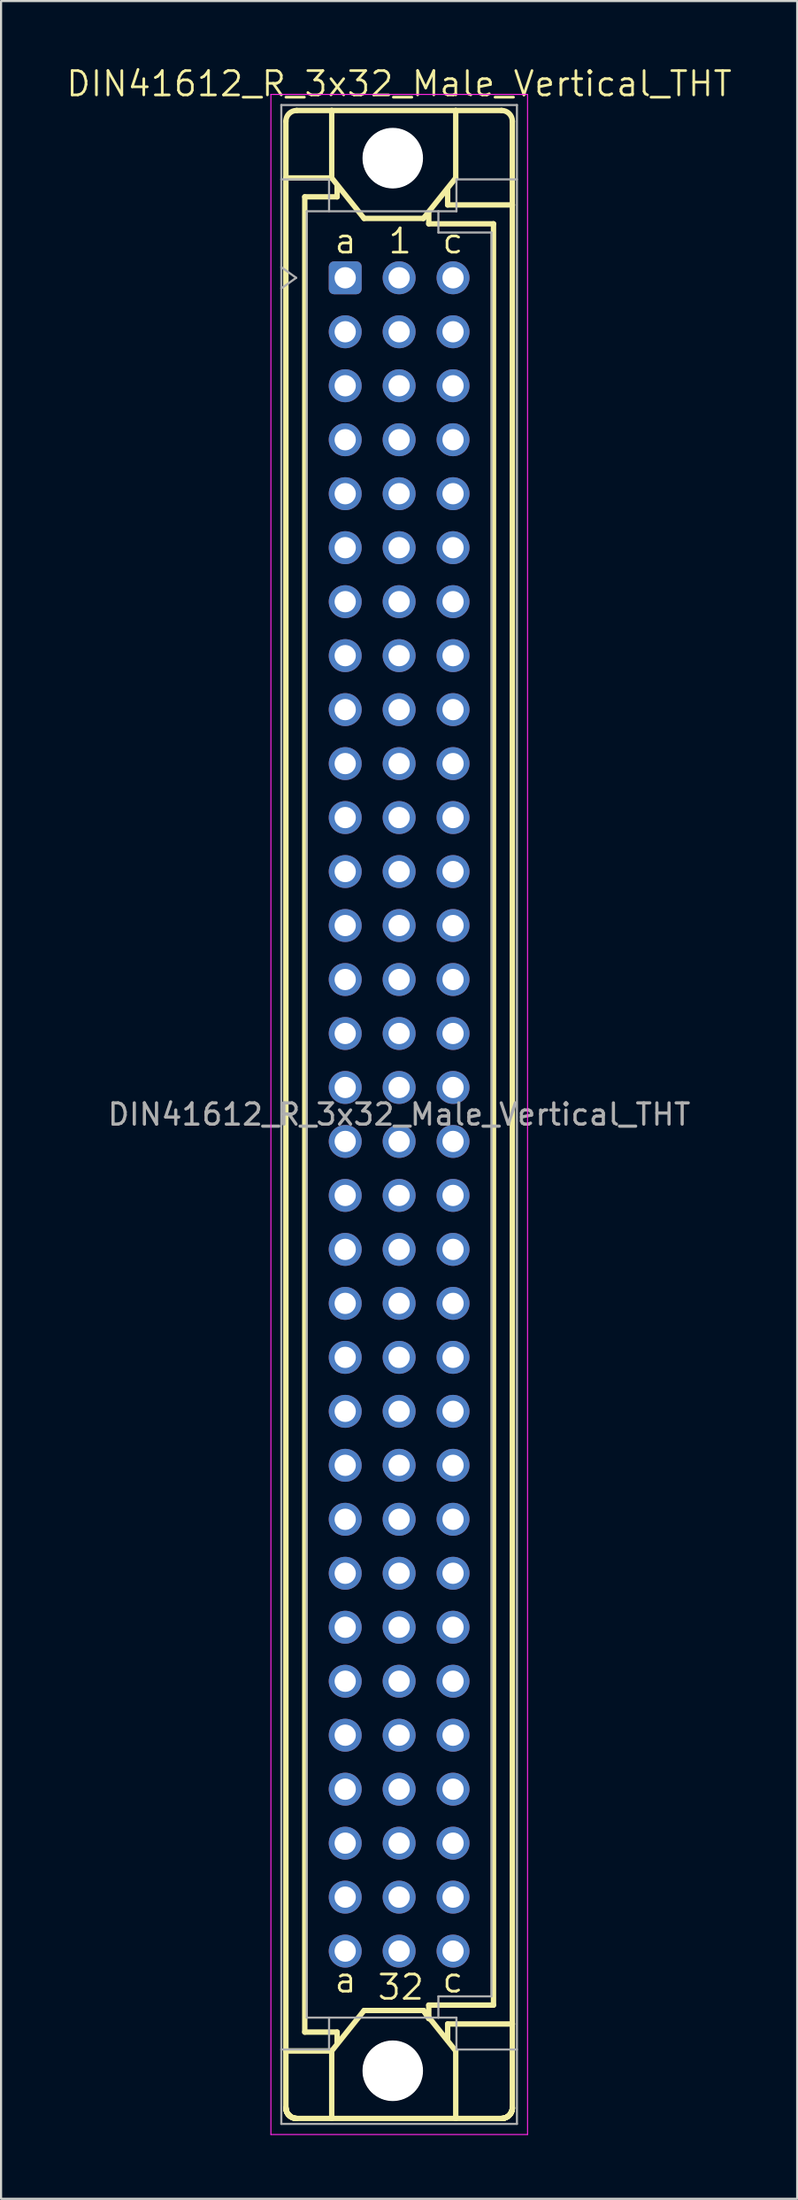
<source format=kicad_pcb>
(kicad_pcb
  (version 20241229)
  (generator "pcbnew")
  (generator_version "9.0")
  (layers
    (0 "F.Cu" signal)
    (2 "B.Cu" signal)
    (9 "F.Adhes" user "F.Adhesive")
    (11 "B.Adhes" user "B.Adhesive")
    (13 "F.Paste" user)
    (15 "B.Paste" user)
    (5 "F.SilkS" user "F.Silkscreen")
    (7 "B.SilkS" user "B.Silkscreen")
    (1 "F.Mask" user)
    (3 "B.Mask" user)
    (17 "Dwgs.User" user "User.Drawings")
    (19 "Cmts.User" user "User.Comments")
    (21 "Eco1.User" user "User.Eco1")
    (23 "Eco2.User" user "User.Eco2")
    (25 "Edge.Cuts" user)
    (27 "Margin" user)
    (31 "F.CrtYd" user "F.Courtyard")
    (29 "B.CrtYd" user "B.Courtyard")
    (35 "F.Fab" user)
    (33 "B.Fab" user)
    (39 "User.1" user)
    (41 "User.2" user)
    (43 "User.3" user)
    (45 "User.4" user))
  (footprint "DIN41612_R_3x32_Male_Vertical_THT"
    (layer "F.Cu")
    (at 13.212 10.022)
    (property "Reference" "DIN41612_R_3x32_Male_Vertical_THT" (at 2.54 -9.13 0) (layer "F.SilkS") (effects (font (size 1.143 1.143) (thickness 0.127))))
    (attr through_hole)
    (fp_line (start -2.794 -4.699) (end -2.794 -7.366) (stroke (width 0.254) (type solid)) (layer "F.SilkS"))
    (fp_line (start -2.794 83.439) (end -2.794 -4.699) (stroke (width 0.254) (type solid)) (layer "F.SilkS"))
    (fp_line (start -2.794 86.106) (end -2.794 83.439) (stroke (width 0.254) (type solid)) (layer "F.SilkS"))
    (fp_line (start -2.794 86.106) (end -2.794 86.12) (stroke (width 0.254) (type solid)) (layer "F.SilkS"))
    (fp_line (start -2.794 86.12) (end -2.793 86.134) (stroke (width 0.254) (type solid)) (layer "F.SilkS"))
    (fp_line (start -2.793 86.134) (end -2.792 86.148) (stroke (width 0.254) (type solid)) (layer "F.SilkS"))
    (fp_line (start -2.792 86.148) (end -2.791 86.162) (stroke (width 0.254) (type solid)) (layer "F.SilkS"))
    (fp_line (start -2.791 86.162) (end -2.789 86.176) (stroke (width 0.254) (type solid)) (layer "F.SilkS"))
    (fp_line (start -2.789 86.176) (end -2.787 86.19) (stroke (width 0.254) (type solid)) (layer "F.SilkS"))
    (fp_line (start -2.787 86.19) (end -2.785 86.203) (stroke (width 0.254) (type solid)) (layer "F.SilkS"))
    (fp_line (start -2.785 86.203) (end -2.782 86.217) (stroke (width 0.254) (type solid)) (layer "F.SilkS"))
    (fp_line (start -2.782 86.217) (end -2.779 86.231) (stroke (width 0.254) (type solid)) (layer "F.SilkS"))
    (fp_line (start -2.779 86.231) (end -2.775 86.244) (stroke (width 0.254) (type solid)) (layer "F.SilkS"))
    (fp_line (start -2.775 86.244) (end -2.771 86.258) (stroke (width 0.254) (type solid)) (layer "F.SilkS"))
    (fp_line (start -2.771 86.258) (end -2.767 86.271) (stroke (width 0.254) (type solid)) (layer "F.SilkS"))
    (fp_line (start -2.767 86.271) (end -2.762 86.284) (stroke (width 0.254) (type solid)) (layer "F.SilkS"))
    (fp_line (start -2.762 86.284) (end -2.757 86.297) (stroke (width 0.254) (type solid)) (layer "F.SilkS"))
    (fp_line (start -2.757 86.297) (end -2.751 86.31) (stroke (width 0.254) (type solid)) (layer "F.SilkS"))
    (fp_line (start -2.751 86.31) (end -2.745 86.323) (stroke (width 0.254) (type solid)) (layer "F.SilkS"))
    (fp_line (start -2.745 86.323) (end -2.739 86.335) (stroke (width 0.254) (type solid)) (layer "F.SilkS"))
    (fp_line (start -2.739 86.335) (end -2.733 86.348) (stroke (width 0.254) (type solid)) (layer "F.SilkS"))
    (fp_line (start -2.733 86.348) (end -2.726 86.36) (stroke (width 0.254) (type solid)) (layer "F.SilkS"))
    (fp_line (start -2.726 86.36) (end -2.719 86.372) (stroke (width 0.254) (type solid)) (layer "F.SilkS"))
    (fp_line (start -2.719 86.372) (end -2.711 86.384) (stroke (width 0.254) (type solid)) (layer "F.SilkS"))
    (fp_line (start -2.711 86.384) (end -2.704 86.395) (stroke (width 0.254) (type solid)) (layer "F.SilkS"))
    (fp_line (start -2.704 86.395) (end -2.695 86.407) (stroke (width 0.254) (type solid)) (layer "F.SilkS"))
    (fp_line (start -2.695 86.407) (end -2.687 86.418) (stroke (width 0.254) (type solid)) (layer "F.SilkS"))
    (fp_line (start -2.687 86.418) (end -2.678 86.429) (stroke (width 0.254) (type solid)) (layer "F.SilkS"))
    (fp_line (start -2.678 86.429) (end -2.669 86.44) (stroke (width 0.254) (type solid)) (layer "F.SilkS"))
    (fp_line (start -2.669 86.44) (end -2.66 86.45) (stroke (width 0.254) (type solid)) (layer "F.SilkS"))
    (fp_line (start -2.66 86.45) (end -2.65 86.46) (stroke (width 0.254) (type solid)) (layer "F.SilkS"))
    (fp_line (start -2.65 86.46) (end -2.64 86.47) (stroke (width 0.254) (type solid)) (layer "F.SilkS"))
    (fp_line (start -2.64 86.47) (end -2.63 86.48) (stroke (width 0.254) (type solid)) (layer "F.SilkS"))
    (fp_line (start -2.63 86.48) (end -2.62 86.489) (stroke (width 0.254) (type solid)) (layer "F.SilkS"))
    (fp_line (start -2.62 86.489) (end -2.609 86.498) (stroke (width 0.254) (type solid)) (layer "F.SilkS"))
    (fp_line (start -2.609 86.498) (end -2.598 86.507) (stroke (width 0.254) (type solid)) (layer "F.SilkS"))
    (fp_line (start -2.598 86.507) (end -2.587 86.515) (stroke (width 0.254) (type solid)) (layer "F.SilkS"))
    (fp_line (start -2.587 86.515) (end -2.575 86.523) (stroke (width 0.254) (type solid)) (layer "F.SilkS"))
    (fp_line (start -2.575 86.523) (end -2.564 86.531) (stroke (width 0.254) (type solid)) (layer "F.SilkS"))
    (fp_line (start -2.564 86.531) (end -2.552 86.539) (stroke (width 0.254) (type solid)) (layer "F.SilkS"))
    (fp_line (start -2.552 86.539) (end -2.54 86.546) (stroke (width 0.254) (type solid)) (layer "F.SilkS"))
    (fp_line (start -2.54 86.546) (end -2.528 86.553) (stroke (width 0.254) (type solid)) (layer "F.SilkS"))
    (fp_line (start -2.528 86.553) (end -2.515 86.559) (stroke (width 0.254) (type solid)) (layer "F.SilkS"))
    (fp_line (start -2.515 86.559) (end -2.503 86.565) (stroke (width 0.254) (type solid)) (layer "F.SilkS"))
    (fp_line (start -2.503 86.565) (end -2.49 86.571) (stroke (width 0.254) (type solid)) (layer "F.SilkS"))
    (fp_line (start -2.49 86.571) (end -2.477 86.577) (stroke (width 0.254) (type solid)) (layer "F.SilkS"))
    (fp_line (start -2.477 86.577) (end -2.464 86.582) (stroke (width 0.254) (type solid)) (layer "F.SilkS"))
    (fp_line (start -2.464 86.582) (end -2.451 86.587) (stroke (width 0.254) (type solid)) (layer "F.SilkS"))
    (fp_line (start -2.451 86.587) (end -2.438 86.591) (stroke (width 0.254) (type solid)) (layer "F.SilkS"))
    (fp_line (start -2.438 86.591) (end -2.424 86.595) (stroke (width 0.254) (type solid)) (layer "F.SilkS"))
    (fp_line (start -2.424 86.595) (end -2.411 86.599) (stroke (width 0.254) (type solid)) (layer "F.SilkS"))
    (fp_line (start -2.411 86.599) (end -2.397 86.602) (stroke (width 0.254) (type solid)) (layer "F.SilkS"))
    (fp_line (start -2.397 86.602) (end -2.383 86.605) (stroke (width 0.254) (type solid)) (layer "F.SilkS"))
    (fp_line (start -2.383 86.605) (end -2.37 86.607) (stroke (width 0.254) (type solid)) (layer "F.SilkS"))
    (fp_line (start -2.37 86.607) (end -2.356 86.609) (stroke (width 0.254) (type solid)) (layer "F.SilkS"))
    (fp_line (start -2.356 86.609) (end -2.342 86.611) (stroke (width 0.254) (type solid)) (layer "F.SilkS"))
    (fp_line (start -2.342 86.611) (end -2.328 86.612) (stroke (width 0.254) (type solid)) (layer "F.SilkS"))
    (fp_line (start -2.328 86.612) (end -2.314 86.613) (stroke (width 0.254) (type solid)) (layer "F.SilkS"))
    (fp_line (start -2.314 86.613) (end -2.3 86.614) (stroke (width 0.254) (type solid)) (layer "F.SilkS"))
    (fp_line (start -2.3 86.614) (end -2.286 86.614) (stroke (width 0.254) (type solid)) (layer "F.SilkS"))
    (fp_line (start -1.905 82.55) (end -1.905 -3.81) (stroke (width 0.254) (type solid)) (layer "F.SilkS"))
    (fp_line (start -0.635 -7.874) (end -2.286 -7.874) (stroke (width 0.254) (type solid)) (layer "F.SilkS"))
    (fp_line (start -0.635 -7.874) (end -0.635 -4.699) (stroke (width 0.254) (type solid)) (layer "F.SilkS"))
    (fp_line (start -0.635 -4.699) (end -2.794 -4.699) (stroke (width 0.254) (type solid)) (layer "F.SilkS"))
    (fp_line (start -0.635 -4.699) (end 0.889 -2.794) (stroke (width 0.254) (type solid)) (layer "F.SilkS"))
    (fp_line (start -0.635 83.439) (end -2.794 83.439) (stroke (width 0.254) (type solid)) (layer "F.SilkS"))
    (fp_line (start -0.635 83.439) (end -0.635 86.614) (stroke (width 0.254) (type solid)) (layer "F.SilkS"))
    (fp_line (start -0.635 83.439) (end 0.889 81.534) (stroke (width 0.254) (type solid)) (layer "F.SilkS"))
    (fp_line (start -0.635 86.614) (end -2.286 86.614) (stroke (width 0.254) (type solid)) (layer "F.SilkS"))
    (fp_line (start -0.635 86.614) (end 5.207 86.614) (stroke (width 0.254) (type solid)) (layer "F.SilkS"))
    (fp_line (start -0.381 -3.81) (end -1.905 -3.81) (stroke (width 0.254) (type solid)) (layer "F.SilkS"))
    (fp_line (start -0.381 -3.81) (end -0.381 -4.318) (stroke (width 0.254) (type solid)) (layer "F.SilkS"))
    (fp_line (start -0.381 82.55) (end -1.905 82.55) (stroke (width 0.254) (type solid)) (layer "F.SilkS"))
    (fp_line (start -0.381 83.058) (end -0.381 82.55) (stroke (width 0.254) (type solid)) (layer "F.SilkS"))
    (fp_line (start 0.965 -5.63) (end 0.966 -5.599) (stroke (width 0.254) (type solid)) (layer "F.SilkS"))
    (fp_line (start 0.965 84.37) (end 0.966 84.401) (stroke (width 0.254) (type solid)) (layer "F.SilkS"))
    (fp_line (start 0.966 -5.661) (end 0.965 -5.63) (stroke (width 0.254) (type solid)) (layer "F.SilkS"))
    (fp_line (start 0.966 -5.599) (end 0.967 -5.568) (stroke (width 0.254) (type solid)) (layer "F.SilkS"))
    (fp_line (start 0.966 84.339) (end 0.965 84.37) (stroke (width 0.254) (type solid)) (layer "F.SilkS"))
    (fp_line (start 0.966 84.401) (end 0.967 84.432) (stroke (width 0.254) (type solid)) (layer "F.SilkS"))
    (fp_line (start 0.967 -5.692) (end 0.966 -5.661) (stroke (width 0.254) (type solid)) (layer "F.SilkS"))
    (fp_line (start 0.967 -5.568) (end 0.969 -5.537) (stroke (width 0.254) (type solid)) (layer "F.SilkS"))
    (fp_line (start 0.967 84.308) (end 0.966 84.339) (stroke (width 0.254) (type solid)) (layer "F.SilkS"))
    (fp_line (start 0.967 84.432) (end 0.969 84.463) (stroke (width 0.254) (type solid)) (layer "F.SilkS"))
    (fp_line (start 0.969 -5.723) (end 0.967 -5.692) (stroke (width 0.254) (type solid)) (layer "F.SilkS"))
    (fp_line (start 0.969 -5.537) (end 0.971 -5.505) (stroke (width 0.254) (type solid)) (layer "F.SilkS"))
    (fp_line (start 0.969 84.276) (end 0.967 84.308) (stroke (width 0.254) (type solid)) (layer "F.SilkS"))
    (fp_line (start 0.969 84.463) (end 0.971 84.494) (stroke (width 0.254) (type solid)) (layer "F.SilkS"))
    (fp_line (start 0.971 -5.754) (end 0.969 -5.723) (stroke (width 0.254) (type solid)) (layer "F.SilkS"))
    (fp_line (start 0.971 -5.505) (end 0.975 -5.474) (stroke (width 0.254) (type solid)) (layer "F.SilkS"))
    (fp_line (start 0.971 84.245) (end 0.969 84.276) (stroke (width 0.254) (type solid)) (layer "F.SilkS"))
    (fp_line (start 0.971 84.494) (end 0.975 84.525) (stroke (width 0.254) (type solid)) (layer "F.SilkS"))
    (fp_line (start 0.975 -5.785) (end 0.971 -5.754) (stroke (width 0.254) (type solid)) (layer "F.SilkS"))
    (fp_line (start 0.975 -5.474) (end 0.979 -5.444) (stroke (width 0.254) (type solid)) (layer "F.SilkS"))
    (fp_line (start 0.975 84.214) (end 0.971 84.245) (stroke (width 0.254) (type solid)) (layer "F.SilkS"))
    (fp_line (start 0.975 84.525) (end 0.979 84.556) (stroke (width 0.254) (type solid)) (layer "F.SilkS"))
    (fp_line (start 0.979 -5.816) (end 0.975 -5.785) (stroke (width 0.254) (type solid)) (layer "F.SilkS"))
    (fp_line (start 0.979 -5.444) (end 0.984 -5.413) (stroke (width 0.254) (type solid)) (layer "F.SilkS"))
    (fp_line (start 0.979 84.184) (end 0.975 84.214) (stroke (width 0.254) (type solid)) (layer "F.SilkS"))
    (fp_line (start 0.979 84.556) (end 0.984 84.587) (stroke (width 0.254) (type solid)) (layer "F.SilkS"))
    (fp_line (start 0.984 -5.847) (end 0.979 -5.816) (stroke (width 0.254) (type solid)) (layer "F.SilkS"))
    (fp_line (start 0.984 -5.413) (end 0.99 -5.382) (stroke (width 0.254) (type solid)) (layer "F.SilkS"))
    (fp_line (start 0.984 84.153) (end 0.979 84.184) (stroke (width 0.254) (type solid)) (layer "F.SilkS"))
    (fp_line (start 0.984 84.587) (end 0.99 84.618) (stroke (width 0.254) (type solid)) (layer "F.SilkS"))
    (fp_line (start 0.99 -5.878) (end 0.984 -5.847) (stroke (width 0.254) (type solid)) (layer "F.SilkS"))
    (fp_line (start 0.99 -5.382) (end 0.996 -5.352) (stroke (width 0.254) (type solid)) (layer "F.SilkS"))
    (fp_line (start 0.99 84.122) (end 0.984 84.153) (stroke (width 0.254) (type solid)) (layer "F.SilkS"))
    (fp_line (start 0.99 84.618) (end 0.996 84.648) (stroke (width 0.254) (type solid)) (layer "F.SilkS"))
    (fp_line (start 0.996 -5.908) (end 0.99 -5.878) (stroke (width 0.254) (type solid)) (layer "F.SilkS"))
    (fp_line (start 0.996 -5.352) (end 1.003 -5.321) (stroke (width 0.254) (type solid)) (layer "F.SilkS"))
    (fp_line (start 0.996 84.092) (end 0.99 84.122) (stroke (width 0.254) (type solid)) (layer "F.SilkS"))
    (fp_line (start 0.996 84.648) (end 1.003 84.678) (stroke (width 0.254) (type solid)) (layer "F.SilkS"))
    (fp_line (start 1.003 -5.939) (end 0.996 -5.908) (stroke (width 0.254) (type solid)) (layer "F.SilkS"))
    (fp_line (start 1.003 -5.321) (end 1.011 -5.291) (stroke (width 0.254) (type solid)) (layer "F.SilkS"))
    (fp_line (start 1.003 84.061) (end 0.996 84.092) (stroke (width 0.254) (type solid)) (layer "F.SilkS"))
    (fp_line (start 1.003 84.678) (end 1.011 84.709) (stroke (width 0.254) (type solid)) (layer "F.SilkS"))
    (fp_line (start 1.011 -5.969) (end 1.003 -5.939) (stroke (width 0.254) (type solid)) (layer "F.SilkS"))
    (fp_line (start 1.011 -5.291) (end 1.02 -5.261) (stroke (width 0.254) (type solid)) (layer "F.SilkS"))
    (fp_line (start 1.011 84.031) (end 1.003 84.061) (stroke (width 0.254) (type solid)) (layer "F.SilkS"))
    (fp_line (start 1.011 84.709) (end 1.02 84.739) (stroke (width 0.254) (type solid)) (layer "F.SilkS"))
    (fp_line (start 1.02 -5.999) (end 1.011 -5.969) (stroke (width 0.254) (type solid)) (layer "F.SilkS"))
    (fp_line (start 1.02 -5.261) (end 1.029 -5.231) (stroke (width 0.254) (type solid)) (layer "F.SilkS"))
    (fp_line (start 1.02 84.001) (end 1.011 84.031) (stroke (width 0.254) (type solid)) (layer "F.SilkS"))
    (fp_line (start 1.02 84.739) (end 1.029 84.768) (stroke (width 0.254) (type solid)) (layer "F.SilkS"))
    (fp_line (start 1.029 -6.028) (end 1.02 -5.999) (stroke (width 0.254) (type solid)) (layer "F.SilkS"))
    (fp_line (start 1.029 -5.231) (end 1.039 -5.202) (stroke (width 0.254) (type solid)) (layer "F.SilkS"))
    (fp_line (start 1.029 83.972) (end 1.02 84.001) (stroke (width 0.254) (type solid)) (layer "F.SilkS"))
    (fp_line (start 1.029 84.768) (end 1.039 84.798) (stroke (width 0.254) (type solid)) (layer "F.SilkS"))
    (fp_line (start 1.039 -6.058) (end 1.029 -6.028) (stroke (width 0.254) (type solid)) (layer "F.SilkS"))
    (fp_line (start 1.039 -5.202) (end 1.05 -5.173) (stroke (width 0.254) (type solid)) (layer "F.SilkS"))
    (fp_line (start 1.039 83.942) (end 1.029 83.972) (stroke (width 0.254) (type solid)) (layer "F.SilkS"))
    (fp_line (start 1.039 84.798) (end 1.05 84.827) (stroke (width 0.254) (type solid)) (layer "F.SilkS"))
    (fp_line (start 1.05 -6.087) (end 1.039 -6.058) (stroke (width 0.254) (type solid)) (layer "F.SilkS"))
    (fp_line (start 1.05 -5.173) (end 1.062 -5.144) (stroke (width 0.254) (type solid)) (layer "F.SilkS"))
    (fp_line (start 1.05 83.913) (end 1.039 83.942) (stroke (width 0.254) (type solid)) (layer "F.SilkS"))
    (fp_line (start 1.05 84.827) (end 1.062 84.856) (stroke (width 0.254) (type solid)) (layer "F.SilkS"))
    (fp_line (start 1.062 -6.116) (end 1.05 -6.087) (stroke (width 0.254) (type solid)) (layer "F.SilkS"))
    (fp_line (start 1.062 -5.144) (end 1.074 -5.115) (stroke (width 0.254) (type solid)) (layer "F.SilkS"))
    (fp_line (start 1.062 83.884) (end 1.05 83.913) (stroke (width 0.254) (type solid)) (layer "F.SilkS"))
    (fp_line (start 1.062 84.856) (end 1.074 84.885) (stroke (width 0.254) (type solid)) (layer "F.SilkS"))
    (fp_line (start 1.074 -6.145) (end 1.062 -6.116) (stroke (width 0.254) (type solid)) (layer "F.SilkS"))
    (fp_line (start 1.074 -5.115) (end 1.087 -5.087) (stroke (width 0.254) (type solid)) (layer "F.SilkS"))
    (fp_line (start 1.074 83.855) (end 1.062 83.884) (stroke (width 0.254) (type solid)) (layer "F.SilkS"))
    (fp_line (start 1.074 84.885) (end 1.087 84.913) (stroke (width 0.254) (type solid)) (layer "F.SilkS"))
    (fp_line (start 1.087 -6.173) (end 1.074 -6.145) (stroke (width 0.254) (type solid)) (layer "F.SilkS"))
    (fp_line (start 1.087 -5.087) (end 1.101 -5.059) (stroke (width 0.254) (type solid)) (layer "F.SilkS"))
    (fp_line (start 1.087 83.827) (end 1.074 83.855) (stroke (width 0.254) (type solid)) (layer "F.SilkS"))
    (fp_line (start 1.087 84.913) (end 1.101 84.941) (stroke (width 0.254) (type solid)) (layer "F.SilkS"))
    (fp_line (start 1.101 -6.201) (end 1.087 -6.173) (stroke (width 0.254) (type solid)) (layer "F.SilkS"))
    (fp_line (start 1.101 -5.059) (end 1.115 -5.031) (stroke (width 0.254) (type solid)) (layer "F.SilkS"))
    (fp_line (start 1.101 83.799) (end 1.087 83.827) (stroke (width 0.254) (type solid)) (layer "F.SilkS"))
    (fp_line (start 1.101 84.941) (end 1.115 84.969) (stroke (width 0.254) (type solid)) (layer "F.SilkS"))
    (fp_line (start 1.115 -6.229) (end 1.101 -6.201) (stroke (width 0.254) (type solid)) (layer "F.SilkS"))
    (fp_line (start 1.115 -5.031) (end 1.13 -5.004) (stroke (width 0.254) (type solid)) (layer "F.SilkS"))
    (fp_line (start 1.115 83.771) (end 1.101 83.799) (stroke (width 0.254) (type solid)) (layer "F.SilkS"))
    (fp_line (start 1.115 84.969) (end 1.13 84.996) (stroke (width 0.254) (type solid)) (layer "F.SilkS"))
    (fp_line (start 1.13 -6.256) (end 1.115 -6.229) (stroke (width 0.254) (type solid)) (layer "F.SilkS"))
    (fp_line (start 1.13 -5.004) (end 1.146 -4.977) (stroke (width 0.254) (type solid)) (layer "F.SilkS"))
    (fp_line (start 1.13 83.744) (end 1.115 83.771) (stroke (width 0.254) (type solid)) (layer "F.SilkS"))
    (fp_line (start 1.13 84.996) (end 1.146 85.023) (stroke (width 0.254) (type solid)) (layer "F.SilkS"))
    (fp_line (start 1.146 -6.283) (end 1.13 -6.256) (stroke (width 0.254) (type solid)) (layer "F.SilkS"))
    (fp_line (start 1.146 -4.977) (end 1.162 -4.95) (stroke (width 0.254) (type solid)) (layer "F.SilkS"))
    (fp_line (start 1.146 83.717) (end 1.13 83.744) (stroke (width 0.254) (type solid)) (layer "F.SilkS"))
    (fp_line (start 1.146 85.023) (end 1.162 85.049) (stroke (width 0.254) (type solid)) (layer "F.SilkS"))
    (fp_line (start 1.162 -6.309) (end 1.146 -6.283) (stroke (width 0.254) (type solid)) (layer "F.SilkS"))
    (fp_line (start 1.162 -4.95) (end 1.179 -4.924) (stroke (width 0.254) (type solid)) (layer "F.SilkS"))
    (fp_line (start 1.162 83.691) (end 1.146 83.717) (stroke (width 0.254) (type solid)) (layer "F.SilkS"))
    (fp_line (start 1.162 85.049) (end 1.179 85.076) (stroke (width 0.254) (type solid)) (layer "F.SilkS"))
    (fp_line (start 1.179 -6.335) (end 1.162 -6.309) (stroke (width 0.254) (type solid)) (layer "F.SilkS"))
    (fp_line (start 1.179 -4.924) (end 1.197 -4.899) (stroke (width 0.254) (type solid)) (layer "F.SilkS"))
    (fp_line (start 1.179 83.664) (end 1.162 83.691) (stroke (width 0.254) (type solid)) (layer "F.SilkS"))
    (fp_line (start 1.179 85.076) (end 1.197 85.101) (stroke (width 0.254) (type solid)) (layer "F.SilkS"))
    (fp_line (start 1.197 -6.361) (end 1.179 -6.335) (stroke (width 0.254) (type solid)) (layer "F.SilkS"))
    (fp_line (start 1.197 -4.899) (end 1.215 -4.873) (stroke (width 0.254) (type solid)) (layer "F.SilkS"))
    (fp_line (start 1.197 83.639) (end 1.179 83.664) (stroke (width 0.254) (type solid)) (layer "F.SilkS"))
    (fp_line (start 1.197 85.101) (end 1.215 85.126) (stroke (width 0.254) (type solid)) (layer "F.SilkS"))
    (fp_line (start 1.215 -6.386) (end 1.197 -6.361) (stroke (width 0.254) (type solid)) (layer "F.SilkS"))
    (fp_line (start 1.215 -4.873) (end 1.234 -4.849) (stroke (width 0.254) (type solid)) (layer "F.SilkS"))
    (fp_line (start 1.215 83.613) (end 1.197 83.639) (stroke (width 0.254) (type solid)) (layer "F.SilkS"))
    (fp_line (start 1.215 85.126) (end 1.234 85.151) (stroke (width 0.254) (type solid)) (layer "F.SilkS"))
    (fp_line (start 1.234 -6.411) (end 1.215 -6.386) (stroke (width 0.254) (type solid)) (layer "F.SilkS"))
    (fp_line (start 1.234 -4.849) (end 1.254 -4.824) (stroke (width 0.254) (type solid)) (layer "F.SilkS"))
    (fp_line (start 1.234 83.589) (end 1.215 83.613) (stroke (width 0.254) (type solid)) (layer "F.SilkS"))
    (fp_line (start 1.234 85.151) (end 1.254 85.176) (stroke (width 0.254) (type solid)) (layer "F.SilkS"))
    (fp_line (start 1.254 -6.436) (end 1.234 -6.411) (stroke (width 0.254) (type solid)) (layer "F.SilkS"))
    (fp_line (start 1.254 -4.824) (end 1.274 -4.8) (stroke (width 0.254) (type solid)) (layer "F.SilkS"))
    (fp_line (start 1.254 83.564) (end 1.234 83.589) (stroke (width 0.254) (type solid)) (layer "F.SilkS"))
    (fp_line (start 1.254 85.176) (end 1.274 85.199) (stroke (width 0.254) (type solid)) (layer "F.SilkS"))
    (fp_line (start 1.274 -6.459) (end 1.254 -6.436) (stroke (width 0.254) (type solid)) (layer "F.SilkS"))
    (fp_line (start 1.274 -4.8) (end 1.294 -4.777) (stroke (width 0.254) (type solid)) (layer "F.SilkS"))
    (fp_line (start 1.274 83.54) (end 1.254 83.564) (stroke (width 0.254) (type solid)) (layer "F.SilkS"))
    (fp_line (start 1.274 85.199) (end 1.294 85.223) (stroke (width 0.254) (type solid)) (layer "F.SilkS"))
    (fp_line (start 1.294 -6.483) (end 1.274 -6.459) (stroke (width 0.254) (type solid)) (layer "F.SilkS"))
    (fp_line (start 1.294 -4.777) (end 1.315 -4.754) (stroke (width 0.254) (type solid)) (layer "F.SilkS"))
    (fp_line (start 1.294 83.517) (end 1.274 83.54) (stroke (width 0.254) (type solid)) (layer "F.SilkS"))
    (fp_line (start 1.294 85.223) (end 1.315 85.246) (stroke (width 0.254) (type solid)) (layer "F.SilkS"))
    (fp_line (start 1.315 -6.506) (end 1.294 -6.483) (stroke (width 0.254) (type solid)) (layer "F.SilkS"))
    (fp_line (start 1.315 -4.754) (end 1.337 -4.732) (stroke (width 0.254) (type solid)) (layer "F.SilkS"))
    (fp_line (start 1.315 83.494) (end 1.294 83.517) (stroke (width 0.254) (type solid)) (layer "F.SilkS"))
    (fp_line (start 1.315 85.246) (end 1.337 85.268) (stroke (width 0.254) (type solid)) (layer "F.SilkS"))
    (fp_line (start 1.337 -6.528) (end 1.315 -6.506) (stroke (width 0.254) (type solid)) (layer "F.SilkS"))
    (fp_line (start 1.337 -4.732) (end 1.359 -4.71) (stroke (width 0.254) (type solid)) (layer "F.SilkS"))
    (fp_line (start 1.337 83.472) (end 1.315 83.494) (stroke (width 0.254) (type solid)) (layer "F.SilkS"))
    (fp_line (start 1.337 85.268) (end 1.359 85.29) (stroke (width 0.254) (type solid)) (layer "F.SilkS"))
    (fp_line (start 1.359 -6.55) (end 1.337 -6.528) (stroke (width 0.254) (type solid)) (layer "F.SilkS"))
    (fp_line (start 1.359 -4.71) (end 1.382 -4.689) (stroke (width 0.254) (type solid)) (layer "F.SilkS"))
    (fp_line (start 1.359 83.45) (end 1.337 83.472) (stroke (width 0.254) (type solid)) (layer "F.SilkS"))
    (fp_line (start 1.359 85.29) (end 1.382 85.311) (stroke (width 0.254) (type solid)) (layer "F.SilkS"))
    (fp_line (start 1.382 -6.571) (end 1.359 -6.55) (stroke (width 0.254) (type solid)) (layer "F.SilkS"))
    (fp_line (start 1.382 -4.689) (end 1.406 -4.668) (stroke (width 0.254) (type solid)) (layer "F.SilkS"))
    (fp_line (start 1.382 83.429) (end 1.359 83.45) (stroke (width 0.254) (type solid)) (layer "F.SilkS"))
    (fp_line (start 1.382 85.311) (end 1.406 85.332) (stroke (width 0.254) (type solid)) (layer "F.SilkS"))
    (fp_line (start 1.406 -6.592) (end 1.382 -6.571) (stroke (width 0.254) (type solid)) (layer "F.SilkS"))
    (fp_line (start 1.406 -4.668) (end 1.429 -4.648) (stroke (width 0.254) (type solid)) (layer "F.SilkS"))
    (fp_line (start 1.406 83.408) (end 1.382 83.429) (stroke (width 0.254) (type solid)) (layer "F.SilkS"))
    (fp_line (start 1.406 85.332) (end 1.429 85.352) (stroke (width 0.254) (type solid)) (layer "F.SilkS"))
    (fp_line (start 1.429 -6.612) (end 1.406 -6.592) (stroke (width 0.254) (type solid)) (layer "F.SilkS"))
    (fp_line (start 1.429 -4.648) (end 1.454 -4.629) (stroke (width 0.254) (type solid)) (layer "F.SilkS"))
    (fp_line (start 1.429 83.388) (end 1.406 83.408) (stroke (width 0.254) (type solid)) (layer "F.SilkS"))
    (fp_line (start 1.429 85.352) (end 1.454 85.371) (stroke (width 0.254) (type solid)) (layer "F.SilkS"))
    (fp_line (start 1.454 -6.631) (end 1.429 -6.612) (stroke (width 0.254) (type solid)) (layer "F.SilkS"))
    (fp_line (start 1.454 -4.629) (end 1.479 -4.61) (stroke (width 0.254) (type solid)) (layer "F.SilkS"))
    (fp_line (start 1.454 83.369) (end 1.429 83.388) (stroke (width 0.254) (type solid)) (layer "F.SilkS"))
    (fp_line (start 1.454 85.371) (end 1.479 85.39) (stroke (width 0.254) (type solid)) (layer "F.SilkS"))
    (fp_line (start 1.479 -6.65) (end 1.454 -6.631) (stroke (width 0.254) (type solid)) (layer "F.SilkS"))
    (fp_line (start 1.479 -4.61) (end 1.504 -4.592) (stroke (width 0.254) (type solid)) (layer "F.SilkS"))
    (fp_line (start 1.479 83.35) (end 1.454 83.369) (stroke (width 0.254) (type solid)) (layer "F.SilkS"))
    (fp_line (start 1.479 85.39) (end 1.504 85.408) (stroke (width 0.254) (type solid)) (layer "F.SilkS"))
    (fp_line (start 1.504 -6.668) (end 1.479 -6.65) (stroke (width 0.254) (type solid)) (layer "F.SilkS"))
    (fp_line (start 1.504 -4.592) (end 1.53 -4.574) (stroke (width 0.254) (type solid)) (layer "F.SilkS"))
    (fp_line (start 1.504 83.332) (end 1.479 83.35) (stroke (width 0.254) (type solid)) (layer "F.SilkS"))
    (fp_line (start 1.504 85.408) (end 1.53 85.426) (stroke (width 0.254) (type solid)) (layer "F.SilkS"))
    (fp_line (start 1.53 -6.686) (end 1.504 -6.668) (stroke (width 0.254) (type solid)) (layer "F.SilkS"))
    (fp_line (start 1.53 -4.574) (end 1.556 -4.557) (stroke (width 0.254) (type solid)) (layer "F.SilkS"))
    (fp_line (start 1.53 83.314) (end 1.504 83.332) (stroke (width 0.254) (type solid)) (layer "F.SilkS"))
    (fp_line (start 1.53 85.426) (end 1.556 85.443) (stroke (width 0.254) (type solid)) (layer "F.SilkS"))
    (fp_line (start 1.556 -6.703) (end 1.53 -6.686) (stroke (width 0.254) (type solid)) (layer "F.SilkS"))
    (fp_line (start 1.556 -4.557) (end 1.582 -4.541) (stroke (width 0.254) (type solid)) (layer "F.SilkS"))
    (fp_line (start 1.556 83.297) (end 1.53 83.314) (stroke (width 0.254) (type solid)) (layer "F.SilkS"))
    (fp_line (start 1.556 85.443) (end 1.582 85.459) (stroke (width 0.254) (type solid)) (layer "F.SilkS"))
    (fp_line (start 1.582 -6.719) (end 1.556 -6.703) (stroke (width 0.254) (type solid)) (layer "F.SilkS"))
    (fp_line (start 1.582 -4.541) (end 1.609 -4.525) (stroke (width 0.254) (type solid)) (layer "F.SilkS"))
    (fp_line (start 1.582 83.281) (end 1.556 83.297) (stroke (width 0.254) (type solid)) (layer "F.SilkS"))
    (fp_line (start 1.582 85.459) (end 1.609 85.475) (stroke (width 0.254) (type solid)) (layer "F.SilkS"))
    (fp_line (start 1.609 -6.735) (end 1.582 -6.719) (stroke (width 0.254) (type solid)) (layer "F.SilkS"))
    (fp_line (start 1.609 -4.525) (end 1.637 -4.51) (stroke (width 0.254) (type solid)) (layer "F.SilkS"))
    (fp_line (start 1.609 83.265) (end 1.582 83.281) (stroke (width 0.254) (type solid)) (layer "F.SilkS"))
    (fp_line (start 1.609 85.475) (end 1.637 85.49) (stroke (width 0.254) (type solid)) (layer "F.SilkS"))
    (fp_line (start 1.637 -6.75) (end 1.609 -6.735) (stroke (width 0.254) (type solid)) (layer "F.SilkS"))
    (fp_line (start 1.637 -4.51) (end 1.664 -4.495) (stroke (width 0.254) (type solid)) (layer "F.SilkS"))
    (fp_line (start 1.637 83.25) (end 1.609 83.265) (stroke (width 0.254) (type solid)) (layer "F.SilkS"))
    (fp_line (start 1.637 85.49) (end 1.664 85.504) (stroke (width 0.254) (type solid)) (layer "F.SilkS"))
    (fp_line (start 1.664 -6.764) (end 1.637 -6.75) (stroke (width 0.254) (type solid)) (layer "F.SilkS"))
    (fp_line (start 1.664 -4.495) (end 1.692 -4.482) (stroke (width 0.254) (type solid)) (layer "F.SilkS"))
    (fp_line (start 1.664 83.236) (end 1.637 83.25) (stroke (width 0.254) (type solid)) (layer "F.SilkS"))
    (fp_line (start 1.664 85.504) (end 1.692 85.518) (stroke (width 0.254) (type solid)) (layer "F.SilkS"))
    (fp_line (start 1.692 -6.778) (end 1.664 -6.764) (stroke (width 0.254) (type solid)) (layer "F.SilkS"))
    (fp_line (start 1.692 -4.482) (end 1.72 -4.469) (stroke (width 0.254) (type solid)) (layer "F.SilkS"))
    (fp_line (start 1.692 83.222) (end 1.664 83.236) (stroke (width 0.254) (type solid)) (layer "F.SilkS"))
    (fp_line (start 1.692 85.518) (end 1.72 85.531) (stroke (width 0.254) (type solid)) (layer "F.SilkS"))
    (fp_line (start 1.72 -6.791) (end 1.692 -6.778) (stroke (width 0.254) (type solid)) (layer "F.SilkS"))
    (fp_line (start 1.72 -4.469) (end 1.749 -4.457) (stroke (width 0.254) (type solid)) (layer "F.SilkS"))
    (fp_line (start 1.72 83.209) (end 1.692 83.222) (stroke (width 0.254) (type solid)) (layer "F.SilkS"))
    (fp_line (start 1.72 85.531) (end 1.749 85.543) (stroke (width 0.254) (type solid)) (layer "F.SilkS"))
    (fp_line (start 1.749 -6.803) (end 1.72 -6.791) (stroke (width 0.254) (type solid)) (layer "F.SilkS"))
    (fp_line (start 1.749 -4.457) (end 1.778 -4.445) (stroke (width 0.254) (type solid)) (layer "F.SilkS"))
    (fp_line (start 1.749 83.197) (end 1.72 83.209) (stroke (width 0.254) (type solid)) (layer "F.SilkS"))
    (fp_line (start 1.749 85.543) (end 1.778 85.555) (stroke (width 0.254) (type solid)) (layer "F.SilkS"))
    (fp_line (start 1.778 -6.815) (end 1.749 -6.803) (stroke (width 0.254) (type solid)) (layer "F.SilkS"))
    (fp_line (start 1.778 -4.445) (end 1.807 -4.434) (stroke (width 0.254) (type solid)) (layer "F.SilkS"))
    (fp_line (start 1.778 83.185) (end 1.749 83.197) (stroke (width 0.254) (type solid)) (layer "F.SilkS"))
    (fp_line (start 1.778 85.555) (end 1.807 85.566) (stroke (width 0.254) (type solid)) (layer "F.SilkS"))
    (fp_line (start 1.807 -6.826) (end 1.778 -6.815) (stroke (width 0.254) (type solid)) (layer "F.SilkS"))
    (fp_line (start 1.807 -4.434) (end 1.837 -4.424) (stroke (width 0.254) (type solid)) (layer "F.SilkS"))
    (fp_line (start 1.807 83.174) (end 1.778 83.185) (stroke (width 0.254) (type solid)) (layer "F.SilkS"))
    (fp_line (start 1.807 85.566) (end 1.837 85.576) (stroke (width 0.254) (type solid)) (layer "F.SilkS"))
    (fp_line (start 1.837 -6.836) (end 1.807 -6.826) (stroke (width 0.254) (type solid)) (layer "F.SilkS"))
    (fp_line (start 1.837 -4.424) (end 1.867 -4.415) (stroke (width 0.254) (type solid)) (layer "F.SilkS"))
    (fp_line (start 1.837 83.164) (end 1.807 83.174) (stroke (width 0.254) (type solid)) (layer "F.SilkS"))
    (fp_line (start 1.837 85.576) (end 1.867 85.585) (stroke (width 0.254) (type solid)) (layer "F.SilkS"))
    (fp_line (start 1.867 -6.845) (end 1.837 -6.836) (stroke (width 0.254) (type solid)) (layer "F.SilkS"))
    (fp_line (start 1.867 -4.415) (end 1.897 -4.406) (stroke (width 0.254) (type solid)) (layer "F.SilkS"))
    (fp_line (start 1.867 83.155) (end 1.837 83.164) (stroke (width 0.254) (type solid)) (layer "F.SilkS"))
    (fp_line (start 1.867 85.585) (end 1.897 85.594) (stroke (width 0.254) (type solid)) (layer "F.SilkS"))
    (fp_line (start 1.897 -6.854) (end 1.867 -6.845) (stroke (width 0.254) (type solid)) (layer "F.SilkS"))
    (fp_line (start 1.897 -4.406) (end 1.927 -4.398) (stroke (width 0.254) (type solid)) (layer "F.SilkS"))
    (fp_line (start 1.897 83.146) (end 1.867 83.155) (stroke (width 0.254) (type solid)) (layer "F.SilkS"))
    (fp_line (start 1.897 85.594) (end 1.927 85.602) (stroke (width 0.254) (type solid)) (layer "F.SilkS"))
    (fp_line (start 1.927 -6.862) (end 1.897 -6.854) (stroke (width 0.254) (type solid)) (layer "F.SilkS"))
    (fp_line (start 1.927 -4.398) (end 1.957 -4.391) (stroke (width 0.254) (type solid)) (layer "F.SilkS"))
    (fp_line (start 1.927 83.138) (end 1.897 83.146) (stroke (width 0.254) (type solid)) (layer "F.SilkS"))
    (fp_line (start 1.927 85.602) (end 1.957 85.609) (stroke (width 0.254) (type solid)) (layer "F.SilkS"))
    (fp_line (start 1.957 -6.869) (end 1.927 -6.862) (stroke (width 0.254) (type solid)) (layer "F.SilkS"))
    (fp_line (start 1.957 -4.391) (end 1.987 -4.384) (stroke (width 0.254) (type solid)) (layer "F.SilkS"))
    (fp_line (start 1.957 83.131) (end 1.927 83.138) (stroke (width 0.254) (type solid)) (layer "F.SilkS"))
    (fp_line (start 1.957 85.609) (end 1.987 85.615) (stroke (width 0.254) (type solid)) (layer "F.SilkS"))
    (fp_line (start 1.987 -6.875) (end 1.957 -6.869) (stroke (width 0.254) (type solid)) (layer "F.SilkS"))
    (fp_line (start 1.987 -4.384) (end 2.018 -4.379) (stroke (width 0.254) (type solid)) (layer "F.SilkS"))
    (fp_line (start 1.987 83.124) (end 1.957 83.131) (stroke (width 0.254) (type solid)) (layer "F.SilkS"))
    (fp_line (start 1.987 85.615) (end 2.018 85.621) (stroke (width 0.254) (type solid)) (layer "F.SilkS"))
    (fp_line (start 2.018 -6.881) (end 1.987 -6.875) (stroke (width 0.254) (type solid)) (layer "F.SilkS"))
    (fp_line (start 2.018 -4.379) (end 2.049 -4.374) (stroke (width 0.254) (type solid)) (layer "F.SilkS"))
    (fp_line (start 2.018 83.119) (end 1.987 83.124) (stroke (width 0.254) (type solid)) (layer "F.SilkS"))
    (fp_line (start 2.018 85.621) (end 2.049 85.626) (stroke (width 0.254) (type solid)) (layer "F.SilkS"))
    (fp_line (start 2.049 -6.886) (end 2.018 -6.881) (stroke (width 0.254) (type solid)) (layer "F.SilkS"))
    (fp_line (start 2.049 -4.374) (end 2.08 -4.37) (stroke (width 0.254) (type solid)) (layer "F.SilkS"))
    (fp_line (start 2.049 83.114) (end 2.018 83.119) (stroke (width 0.254) (type solid)) (layer "F.SilkS"))
    (fp_line (start 2.049 85.626) (end 2.08 85.63) (stroke (width 0.254) (type solid)) (layer "F.SilkS"))
    (fp_line (start 2.08 -6.89) (end 2.049 -6.886) (stroke (width 0.254) (type solid)) (layer "F.SilkS"))
    (fp_line (start 2.08 -4.37) (end 2.111 -4.366) (stroke (width 0.254) (type solid)) (layer "F.SilkS"))
    (fp_line (start 2.08 83.109) (end 2.049 83.114) (stroke (width 0.254) (type solid)) (layer "F.SilkS"))
    (fp_line (start 2.08 85.63) (end 2.111 85.634) (stroke (width 0.254) (type solid)) (layer "F.SilkS"))
    (fp_line (start 2.111 -6.894) (end 2.08 -6.89) (stroke (width 0.254) (type solid)) (layer "F.SilkS"))
    (fp_line (start 2.111 -4.366) (end 2.142 -4.363) (stroke (width 0.254) (type solid)) (layer "F.SilkS"))
    (fp_line (start 2.111 83.106) (end 2.08 83.109) (stroke (width 0.254) (type solid)) (layer "F.SilkS"))
    (fp_line (start 2.111 85.634) (end 2.142 85.636) (stroke (width 0.254) (type solid)) (layer "F.SilkS"))
    (fp_line (start 2.142 -6.896) (end 2.111 -6.894) (stroke (width 0.254) (type solid)) (layer "F.SilkS"))
    (fp_line (start 2.142 -4.363) (end 2.173 -4.361) (stroke (width 0.254) (type solid)) (layer "F.SilkS"))
    (fp_line (start 2.142 83.103) (end 2.111 83.106) (stroke (width 0.254) (type solid)) (layer "F.SilkS"))
    (fp_line (start 2.142 85.636) (end 2.173 85.638) (stroke (width 0.254) (type solid)) (layer "F.SilkS"))
    (fp_line (start 2.173 -6.898) (end 2.142 -6.896) (stroke (width 0.254) (type solid)) (layer "F.SilkS"))
    (fp_line (start 2.173 -4.361) (end 2.204 -4.36) (stroke (width 0.254) (type solid)) (layer "F.SilkS"))
    (fp_line (start 2.173 83.101) (end 2.142 83.103) (stroke (width 0.254) (type solid)) (layer "F.SilkS"))
    (fp_line (start 2.173 85.638) (end 2.204 85.639) (stroke (width 0.254) (type solid)) (layer "F.SilkS"))
    (fp_line (start 2.204 -6.899) (end 2.173 -6.898) (stroke (width 0.254) (type solid)) (layer "F.SilkS"))
    (fp_line (start 2.204 -4.36) (end 2.235 -4.36) (stroke (width 0.254) (type solid)) (layer "F.SilkS"))
    (fp_line (start 2.204 83.1) (end 2.173 83.101) (stroke (width 0.254) (type solid)) (layer "F.SilkS"))
    (fp_line (start 2.204 85.639) (end 2.235 85.64) (stroke (width 0.254) (type solid)) (layer "F.SilkS"))
    (fp_line (start 2.235 -6.9) (end 2.204 -6.899) (stroke (width 0.254) (type solid)) (layer "F.SilkS"))
    (fp_line (start 2.235 -4.36) (end 2.266 -4.36) (stroke (width 0.254) (type solid)) (layer "F.SilkS"))
    (fp_line (start 2.235 83.1) (end 2.204 83.1) (stroke (width 0.254) (type solid)) (layer "F.SilkS"))
    (fp_line (start 2.235 85.64) (end 2.266 85.639) (stroke (width 0.254) (type solid)) (layer "F.SilkS"))
    (fp_line (start 2.266 -6.899) (end 2.235 -6.9) (stroke (width 0.254) (type solid)) (layer "F.SilkS"))
    (fp_line (start 2.266 -4.36) (end 2.297 -4.361) (stroke (width 0.254) (type solid)) (layer "F.SilkS"))
    (fp_line (start 2.266 83.1) (end 2.235 83.1) (stroke (width 0.254) (type solid)) (layer "F.SilkS"))
    (fp_line (start 2.266 85.639) (end 2.297 85.638) (stroke (width 0.254) (type solid)) (layer "F.SilkS"))
    (fp_line (start 2.297 -6.898) (end 2.266 -6.899) (stroke (width 0.254) (type solid)) (layer "F.SilkS"))
    (fp_line (start 2.297 -4.361) (end 2.329 -4.363) (stroke (width 0.254) (type solid)) (layer "F.SilkS"))
    (fp_line (start 2.297 83.101) (end 2.266 83.1) (stroke (width 0.254) (type solid)) (layer "F.SilkS"))
    (fp_line (start 2.297 85.638) (end 2.329 85.636) (stroke (width 0.254) (type solid)) (layer "F.SilkS"))
    (fp_line (start 2.329 -6.896) (end 2.297 -6.898) (stroke (width 0.254) (type solid)) (layer "F.SilkS"))
    (fp_line (start 2.329 -4.363) (end 2.36 -4.366) (stroke (width 0.254) (type solid)) (layer "F.SilkS"))
    (fp_line (start 2.329 83.103) (end 2.297 83.101) (stroke (width 0.254) (type solid)) (layer "F.SilkS"))
    (fp_line (start 2.329 85.636) (end 2.36 85.634) (stroke (width 0.254) (type solid)) (layer "F.SilkS"))
    (fp_line (start 2.36 -6.894) (end 2.329 -6.896) (stroke (width 0.254) (type solid)) (layer "F.SilkS"))
    (fp_line (start 2.36 -4.366) (end 2.391 -4.37) (stroke (width 0.254) (type solid)) (layer "F.SilkS"))
    (fp_line (start 2.36 83.106) (end 2.329 83.103) (stroke (width 0.254) (type solid)) (layer "F.SilkS"))
    (fp_line (start 2.36 85.634) (end 2.391 85.63) (stroke (width 0.254) (type solid)) (layer "F.SilkS"))
    (fp_line (start 2.391 -6.89) (end 2.36 -6.894) (stroke (width 0.254) (type solid)) (layer "F.SilkS"))
    (fp_line (start 2.391 -4.37) (end 2.421 -4.374) (stroke (width 0.254) (type solid)) (layer "F.SilkS"))
    (fp_line (start 2.391 83.109) (end 2.36 83.106) (stroke (width 0.254) (type solid)) (layer "F.SilkS"))
    (fp_line (start 2.391 85.63) (end 2.421 85.626) (stroke (width 0.254) (type solid)) (layer "F.SilkS"))
    (fp_line (start 2.421 -6.886) (end 2.391 -6.89) (stroke (width 0.254) (type solid)) (layer "F.SilkS"))
    (fp_line (start 2.421 -4.374) (end 2.452 -4.379) (stroke (width 0.254) (type solid)) (layer "F.SilkS"))
    (fp_line (start 2.421 83.114) (end 2.391 83.109) (stroke (width 0.254) (type solid)) (layer "F.SilkS"))
    (fp_line (start 2.421 85.626) (end 2.452 85.621) (stroke (width 0.254) (type solid)) (layer "F.SilkS"))
    (fp_line (start 2.452 -6.881) (end 2.421 -6.886) (stroke (width 0.254) (type solid)) (layer "F.SilkS"))
    (fp_line (start 2.452 -4.379) (end 2.483 -4.384) (stroke (width 0.254) (type solid)) (layer "F.SilkS"))
    (fp_line (start 2.452 83.119) (end 2.421 83.114) (stroke (width 0.254) (type solid)) (layer "F.SilkS"))
    (fp_line (start 2.452 85.621) (end 2.483 85.615) (stroke (width 0.254) (type solid)) (layer "F.SilkS"))
    (fp_line (start 2.483 -6.875) (end 2.452 -6.881) (stroke (width 0.254) (type solid)) (layer "F.SilkS"))
    (fp_line (start 2.483 -4.384) (end 2.514 -4.391) (stroke (width 0.254) (type solid)) (layer "F.SilkS"))
    (fp_line (start 2.483 83.124) (end 2.452 83.119) (stroke (width 0.254) (type solid)) (layer "F.SilkS"))
    (fp_line (start 2.483 85.615) (end 2.514 85.609) (stroke (width 0.254) (type solid)) (layer "F.SilkS"))
    (fp_line (start 2.514 -6.869) (end 2.483 -6.875) (stroke (width 0.254) (type solid)) (layer "F.SilkS"))
    (fp_line (start 2.514 -4.391) (end 2.544 -4.398) (stroke (width 0.254) (type solid)) (layer "F.SilkS"))
    (fp_line (start 2.514 83.131) (end 2.483 83.124) (stroke (width 0.254) (type solid)) (layer "F.SilkS"))
    (fp_line (start 2.514 85.609) (end 2.544 85.602) (stroke (width 0.254) (type solid)) (layer "F.SilkS"))
    (fp_line (start 2.544 -6.862) (end 2.514 -6.869) (stroke (width 0.254) (type solid)) (layer "F.SilkS"))
    (fp_line (start 2.544 -4.398) (end 2.574 -4.406) (stroke (width 0.254) (type solid)) (layer "F.SilkS"))
    (fp_line (start 2.544 83.138) (end 2.514 83.131) (stroke (width 0.254) (type solid)) (layer "F.SilkS"))
    (fp_line (start 2.544 85.602) (end 2.574 85.594) (stroke (width 0.254) (type solid)) (layer "F.SilkS"))
    (fp_line (start 2.574 -6.854) (end 2.544 -6.862) (stroke (width 0.254) (type solid)) (layer "F.SilkS"))
    (fp_line (start 2.574 -4.406) (end 2.604 -4.415) (stroke (width 0.254) (type solid)) (layer "F.SilkS"))
    (fp_line (start 2.574 83.146) (end 2.544 83.138) (stroke (width 0.254) (type solid)) (layer "F.SilkS"))
    (fp_line (start 2.574 85.594) (end 2.604 85.585) (stroke (width 0.254) (type solid)) (layer "F.SilkS"))
    (fp_line (start 2.604 -6.845) (end 2.574 -6.854) (stroke (width 0.254) (type solid)) (layer "F.SilkS"))
    (fp_line (start 2.604 -4.415) (end 2.634 -4.424) (stroke (width 0.254) (type solid)) (layer "F.SilkS"))
    (fp_line (start 2.604 83.155) (end 2.574 83.146) (stroke (width 0.254) (type solid)) (layer "F.SilkS"))
    (fp_line (start 2.604 85.585) (end 2.634 85.576) (stroke (width 0.254) (type solid)) (layer "F.SilkS"))
    (fp_line (start 2.634 -6.836) (end 2.604 -6.845) (stroke (width 0.254) (type solid)) (layer "F.SilkS"))
    (fp_line (start 2.634 -4.424) (end 2.663 -4.434) (stroke (width 0.254) (type solid)) (layer "F.SilkS"))
    (fp_line (start 2.634 83.164) (end 2.604 83.155) (stroke (width 0.254) (type solid)) (layer "F.SilkS"))
    (fp_line (start 2.634 85.576) (end 2.663 85.566) (stroke (width 0.254) (type solid)) (layer "F.SilkS"))
    (fp_line (start 2.663 -6.826) (end 2.634 -6.836) (stroke (width 0.254) (type solid)) (layer "F.SilkS"))
    (fp_line (start 2.663 -4.434) (end 2.692 -4.445) (stroke (width 0.254) (type solid)) (layer "F.SilkS"))
    (fp_line (start 2.663 83.174) (end 2.634 83.164) (stroke (width 0.254) (type solid)) (layer "F.SilkS"))
    (fp_line (start 2.663 85.566) (end 2.692 85.555) (stroke (width 0.254) (type solid)) (layer "F.SilkS"))
    (fp_line (start 2.692 -6.815) (end 2.663 -6.826) (stroke (width 0.254) (type solid)) (layer "F.SilkS"))
    (fp_line (start 2.692 -4.445) (end 2.721 -4.457) (stroke (width 0.254) (type solid)) (layer "F.SilkS"))
    (fp_line (start 2.692 83.185) (end 2.663 83.174) (stroke (width 0.254) (type solid)) (layer "F.SilkS"))
    (fp_line (start 2.692 85.555) (end 2.721 85.543) (stroke (width 0.254) (type solid)) (layer "F.SilkS"))
    (fp_line (start 2.721 -6.803) (end 2.692 -6.815) (stroke (width 0.254) (type solid)) (layer "F.SilkS"))
    (fp_line (start 2.721 -4.457) (end 2.75 -4.469) (stroke (width 0.254) (type solid)) (layer "F.SilkS"))
    (fp_line (start 2.721 83.197) (end 2.692 83.185) (stroke (width 0.254) (type solid)) (layer "F.SilkS"))
    (fp_line (start 2.721 85.543) (end 2.75 85.531) (stroke (width 0.254) (type solid)) (layer "F.SilkS"))
    (fp_line (start 2.75 -6.791) (end 2.721 -6.803) (stroke (width 0.254) (type solid)) (layer "F.SilkS"))
    (fp_line (start 2.75 -4.469) (end 2.778 -4.482) (stroke (width 0.254) (type solid)) (layer "F.SilkS"))
    (fp_line (start 2.75 83.209) (end 2.721 83.197) (stroke (width 0.254) (type solid)) (layer "F.SilkS"))
    (fp_line (start 2.75 85.531) (end 2.778 85.518) (stroke (width 0.254) (type solid)) (layer "F.SilkS"))
    (fp_line (start 2.778 -6.778) (end 2.75 -6.791) (stroke (width 0.254) (type solid)) (layer "F.SilkS"))
    (fp_line (start 2.778 -4.482) (end 2.806 -4.495) (stroke (width 0.254) (type solid)) (layer "F.SilkS"))
    (fp_line (start 2.778 83.222) (end 2.75 83.209) (stroke (width 0.254) (type solid)) (layer "F.SilkS"))
    (fp_line (start 2.778 85.518) (end 2.806 85.504) (stroke (width 0.254) (type solid)) (layer "F.SilkS"))
    (fp_line (start 2.806 -6.764) (end 2.778 -6.778) (stroke (width 0.254) (type solid)) (layer "F.SilkS"))
    (fp_line (start 2.806 -4.495) (end 2.834 -4.51) (stroke (width 0.254) (type solid)) (layer "F.SilkS"))
    (fp_line (start 2.806 83.236) (end 2.778 83.222) (stroke (width 0.254) (type solid)) (layer "F.SilkS"))
    (fp_line (start 2.806 85.504) (end 2.834 85.49) (stroke (width 0.254) (type solid)) (layer "F.SilkS"))
    (fp_line (start 2.834 -6.75) (end 2.806 -6.764) (stroke (width 0.254) (type solid)) (layer "F.SilkS"))
    (fp_line (start 2.834 -4.51) (end 2.861 -4.525) (stroke (width 0.254) (type solid)) (layer "F.SilkS"))
    (fp_line (start 2.834 83.25) (end 2.806 83.236) (stroke (width 0.254) (type solid)) (layer "F.SilkS"))
    (fp_line (start 2.834 85.49) (end 2.861 85.475) (stroke (width 0.254) (type solid)) (layer "F.SilkS"))
    (fp_line (start 2.861 -6.735) (end 2.834 -6.75) (stroke (width 0.254) (type solid)) (layer "F.SilkS"))
    (fp_line (start 2.861 -4.525) (end 2.888 -4.541) (stroke (width 0.254) (type solid)) (layer "F.SilkS"))
    (fp_line (start 2.861 83.265) (end 2.834 83.25) (stroke (width 0.254) (type solid)) (layer "F.SilkS"))
    (fp_line (start 2.861 85.475) (end 2.888 85.459) (stroke (width 0.254) (type solid)) (layer "F.SilkS"))
    (fp_line (start 2.888 -6.719) (end 2.861 -6.735) (stroke (width 0.254) (type solid)) (layer "F.SilkS"))
    (fp_line (start 2.888 -4.541) (end 2.915 -4.557) (stroke (width 0.254) (type solid)) (layer "F.SilkS"))
    (fp_line (start 2.888 83.281) (end 2.861 83.265) (stroke (width 0.254) (type solid)) (layer "F.SilkS"))
    (fp_line (start 2.888 85.459) (end 2.915 85.443) (stroke (width 0.254) (type solid)) (layer "F.SilkS"))
    (fp_line (start 2.915 -6.703) (end 2.888 -6.719) (stroke (width 0.254) (type solid)) (layer "F.SilkS"))
    (fp_line (start 2.915 -4.557) (end 2.941 -4.574) (stroke (width 0.254) (type solid)) (layer "F.SilkS"))
    (fp_line (start 2.915 83.297) (end 2.888 83.281) (stroke (width 0.254) (type solid)) (layer "F.SilkS"))
    (fp_line (start 2.915 85.443) (end 2.941 85.426) (stroke (width 0.254) (type solid)) (layer "F.SilkS"))
    (fp_line (start 2.941 -6.686) (end 2.915 -6.703) (stroke (width 0.254) (type solid)) (layer "F.SilkS"))
    (fp_line (start 2.941 -4.574) (end 2.966 -4.592) (stroke (width 0.254) (type solid)) (layer "F.SilkS"))
    (fp_line (start 2.941 83.314) (end 2.915 83.297) (stroke (width 0.254) (type solid)) (layer "F.SilkS"))
    (fp_line (start 2.941 85.426) (end 2.966 85.408) (stroke (width 0.254) (type solid)) (layer "F.SilkS"))
    (fp_line (start 2.966 -6.668) (end 2.941 -6.686) (stroke (width 0.254) (type solid)) (layer "F.SilkS"))
    (fp_line (start 2.966 -4.592) (end 2.992 -4.61) (stroke (width 0.254) (type solid)) (layer "F.SilkS"))
    (fp_line (start 2.966 83.332) (end 2.941 83.314) (stroke (width 0.254) (type solid)) (layer "F.SilkS"))
    (fp_line (start 2.966 85.408) (end 2.992 85.39) (stroke (width 0.254) (type solid)) (layer "F.SilkS"))
    (fp_line (start 2.992 -6.65) (end 2.966 -6.668) (stroke (width 0.254) (type solid)) (layer "F.SilkS"))
    (fp_line (start 2.992 -4.61) (end 3.017 -4.629) (stroke (width 0.254) (type solid)) (layer "F.SilkS"))
    (fp_line (start 2.992 83.35) (end 2.966 83.332) (stroke (width 0.254) (type solid)) (layer "F.SilkS"))
    (fp_line (start 2.992 85.39) (end 3.017 85.371) (stroke (width 0.254) (type solid)) (layer "F.SilkS"))
    (fp_line (start 3.017 -6.631) (end 2.992 -6.65) (stroke (width 0.254) (type solid)) (layer "F.SilkS"))
    (fp_line (start 3.017 -4.629) (end 3.041 -4.648) (stroke (width 0.254) (type solid)) (layer "F.SilkS"))
    (fp_line (start 3.017 83.369) (end 2.992 83.35) (stroke (width 0.254) (type solid)) (layer "F.SilkS"))
    (fp_line (start 3.017 85.371) (end 3.041 85.352) (stroke (width 0.254) (type solid)) (layer "F.SilkS"))
    (fp_line (start 3.041 -6.612) (end 3.017 -6.631) (stroke (width 0.254) (type solid)) (layer "F.SilkS"))
    (fp_line (start 3.041 -4.648) (end 3.065 -4.668) (stroke (width 0.254) (type solid)) (layer "F.SilkS"))
    (fp_line (start 3.041 83.388) (end 3.017 83.369) (stroke (width 0.254) (type solid)) (layer "F.SilkS"))
    (fp_line (start 3.041 85.352) (end 3.065 85.332) (stroke (width 0.254) (type solid)) (layer "F.SilkS"))
    (fp_line (start 3.065 -6.592) (end 3.041 -6.612) (stroke (width 0.254) (type solid)) (layer "F.SilkS"))
    (fp_line (start 3.065 -4.668) (end 3.088 -4.689) (stroke (width 0.254) (type solid)) (layer "F.SilkS"))
    (fp_line (start 3.065 83.408) (end 3.041 83.388) (stroke (width 0.254) (type solid)) (layer "F.SilkS"))
    (fp_line (start 3.065 85.332) (end 3.088 85.311) (stroke (width 0.254) (type solid)) (layer "F.SilkS"))
    (fp_line (start 3.088 -6.571) (end 3.065 -6.592) (stroke (width 0.254) (type solid)) (layer "F.SilkS"))
    (fp_line (start 3.088 -4.689) (end 3.111 -4.71) (stroke (width 0.254) (type solid)) (layer "F.SilkS"))
    (fp_line (start 3.088 83.429) (end 3.065 83.408) (stroke (width 0.254) (type solid)) (layer "F.SilkS"))
    (fp_line (start 3.088 85.311) (end 3.111 85.29) (stroke (width 0.254) (type solid)) (layer "F.SilkS"))
    (fp_line (start 3.111 -6.55) (end 3.088 -6.571) (stroke (width 0.254) (type solid)) (layer "F.SilkS"))
    (fp_line (start 3.111 -4.71) (end 3.133 -4.732) (stroke (width 0.254) (type solid)) (layer "F.SilkS"))
    (fp_line (start 3.111 83.45) (end 3.088 83.429) (stroke (width 0.254) (type solid)) (layer "F.SilkS"))
    (fp_line (start 3.111 85.29) (end 3.133 85.268) (stroke (width 0.254) (type solid)) (layer "F.SilkS"))
    (fp_line (start 3.133 -6.528) (end 3.111 -6.55) (stroke (width 0.254) (type solid)) (layer "F.SilkS"))
    (fp_line (start 3.133 -4.732) (end 3.155 -4.754) (stroke (width 0.254) (type solid)) (layer "F.SilkS"))
    (fp_line (start 3.133 83.472) (end 3.111 83.45) (stroke (width 0.254) (type solid)) (layer "F.SilkS"))
    (fp_line (start 3.133 85.268) (end 3.155 85.246) (stroke (width 0.254) (type solid)) (layer "F.SilkS"))
    (fp_line (start 3.155 -6.506) (end 3.133 -6.528) (stroke (width 0.254) (type solid)) (layer "F.SilkS"))
    (fp_line (start 3.155 -4.754) (end 3.176 -4.777) (stroke (width 0.254) (type solid)) (layer "F.SilkS"))
    (fp_line (start 3.155 83.494) (end 3.133 83.472) (stroke (width 0.254) (type solid)) (layer "F.SilkS"))
    (fp_line (start 3.155 85.246) (end 3.176 85.223) (stroke (width 0.254) (type solid)) (layer "F.SilkS"))
    (fp_line (start 3.176 -6.483) (end 3.155 -6.506) (stroke (width 0.254) (type solid)) (layer "F.SilkS"))
    (fp_line (start 3.176 -4.777) (end 3.197 -4.8) (stroke (width 0.254) (type solid)) (layer "F.SilkS"))
    (fp_line (start 3.176 83.517) (end 3.155 83.494) (stroke (width 0.254) (type solid)) (layer "F.SilkS"))
    (fp_line (start 3.176 85.223) (end 3.197 85.199) (stroke (width 0.254) (type solid)) (layer "F.SilkS"))
    (fp_line (start 3.197 -6.459) (end 3.176 -6.483) (stroke (width 0.254) (type solid)) (layer "F.SilkS"))
    (fp_line (start 3.197 -4.8) (end 3.217 -4.824) (stroke (width 0.254) (type solid)) (layer "F.SilkS"))
    (fp_line (start 3.197 83.54) (end 3.176 83.517) (stroke (width 0.254) (type solid)) (layer "F.SilkS"))
    (fp_line (start 3.197 85.199) (end 3.217 85.176) (stroke (width 0.254) (type solid)) (layer "F.SilkS"))
    (fp_line (start 3.217 -6.436) (end 3.197 -6.459) (stroke (width 0.254) (type solid)) (layer "F.SilkS"))
    (fp_line (start 3.217 -4.824) (end 3.236 -4.849) (stroke (width 0.254) (type solid)) (layer "F.SilkS"))
    (fp_line (start 3.217 83.564) (end 3.197 83.54) (stroke (width 0.254) (type solid)) (layer "F.SilkS"))
    (fp_line (start 3.217 85.176) (end 3.236 85.151) (stroke (width 0.254) (type solid)) (layer "F.SilkS"))
    (fp_line (start 3.236 -6.411) (end 3.217 -6.436) (stroke (width 0.254) (type solid)) (layer "F.SilkS"))
    (fp_line (start 3.236 -4.849) (end 3.255 -4.873) (stroke (width 0.254) (type solid)) (layer "F.SilkS"))
    (fp_line (start 3.236 83.589) (end 3.217 83.564) (stroke (width 0.254) (type solid)) (layer "F.SilkS"))
    (fp_line (start 3.236 85.151) (end 3.255 85.126) (stroke (width 0.254) (type solid)) (layer "F.SilkS"))
    (fp_line (start 3.255 -6.386) (end 3.236 -6.411) (stroke (width 0.254) (type solid)) (layer "F.SilkS"))
    (fp_line (start 3.255 -4.873) (end 3.273 -4.899) (stroke (width 0.254) (type solid)) (layer "F.SilkS"))
    (fp_line (start 3.255 83.613) (end 3.236 83.589) (stroke (width 0.254) (type solid)) (layer "F.SilkS"))
    (fp_line (start 3.255 85.126) (end 3.273 85.101) (stroke (width 0.254) (type solid)) (layer "F.SilkS"))
    (fp_line (start 3.273 -6.361) (end 3.255 -6.386) (stroke (width 0.254) (type solid)) (layer "F.SilkS"))
    (fp_line (start 3.273 -4.899) (end 3.291 -4.924) (stroke (width 0.254) (type solid)) (layer "F.SilkS"))
    (fp_line (start 3.273 83.639) (end 3.255 83.613) (stroke (width 0.254) (type solid)) (layer "F.SilkS"))
    (fp_line (start 3.273 85.101) (end 3.291 85.076) (stroke (width 0.254) (type solid)) (layer "F.SilkS"))
    (fp_line (start 3.291 -6.335) (end 3.273 -6.361) (stroke (width 0.254) (type solid)) (layer "F.SilkS"))
    (fp_line (start 3.291 -4.924) (end 3.308 -4.95) (stroke (width 0.254) (type solid)) (layer "F.SilkS"))
    (fp_line (start 3.291 83.664) (end 3.273 83.639) (stroke (width 0.254) (type solid)) (layer "F.SilkS"))
    (fp_line (start 3.291 85.076) (end 3.308 85.049) (stroke (width 0.254) (type solid)) (layer "F.SilkS"))
    (fp_line (start 3.308 -6.309) (end 3.291 -6.335) (stroke (width 0.254) (type solid)) (layer "F.SilkS"))
    (fp_line (start 3.308 -4.95) (end 3.325 -4.977) (stroke (width 0.254) (type solid)) (layer "F.SilkS"))
    (fp_line (start 3.308 83.691) (end 3.291 83.664) (stroke (width 0.254) (type solid)) (layer "F.SilkS"))
    (fp_line (start 3.308 85.049) (end 3.325 85.023) (stroke (width 0.254) (type solid)) (layer "F.SilkS"))
    (fp_line (start 3.325 -6.283) (end 3.308 -6.309) (stroke (width 0.254) (type solid)) (layer "F.SilkS"))
    (fp_line (start 3.325 -4.977) (end 3.34 -5.004) (stroke (width 0.254) (type solid)) (layer "F.SilkS"))
    (fp_line (start 3.325 83.717) (end 3.308 83.691) (stroke (width 0.254) (type solid)) (layer "F.SilkS"))
    (fp_line (start 3.325 85.023) (end 3.34 84.996) (stroke (width 0.254) (type solid)) (layer "F.SilkS"))
    (fp_line (start 3.34 -6.256) (end 3.325 -6.283) (stroke (width 0.254) (type solid)) (layer "F.SilkS"))
    (fp_line (start 3.34 -5.004) (end 3.355 -5.031) (stroke (width 0.254) (type solid)) (layer "F.SilkS"))
    (fp_line (start 3.34 83.744) (end 3.325 83.717) (stroke (width 0.254) (type solid)) (layer "F.SilkS"))
    (fp_line (start 3.34 84.996) (end 3.355 84.969) (stroke (width 0.254) (type solid)) (layer "F.SilkS"))
    (fp_line (start 3.355 -6.229) (end 3.34 -6.256) (stroke (width 0.254) (type solid)) (layer "F.SilkS"))
    (fp_line (start 3.355 -5.031) (end 3.37 -5.059) (stroke (width 0.254) (type solid)) (layer "F.SilkS"))
    (fp_line (start 3.355 83.771) (end 3.34 83.744) (stroke (width 0.254) (type solid)) (layer "F.SilkS"))
    (fp_line (start 3.355 84.969) (end 3.37 84.941) (stroke (width 0.254) (type solid)) (layer "F.SilkS"))
    (fp_line (start 3.37 -6.201) (end 3.355 -6.229) (stroke (width 0.254) (type solid)) (layer "F.SilkS"))
    (fp_line (start 3.37 -5.059) (end 3.383 -5.087) (stroke (width 0.254) (type solid)) (layer "F.SilkS"))
    (fp_line (start 3.37 83.799) (end 3.355 83.771) (stroke (width 0.254) (type solid)) (layer "F.SilkS"))
    (fp_line (start 3.37 84.941) (end 3.383 84.913) (stroke (width 0.254) (type solid)) (layer "F.SilkS"))
    (fp_line (start 3.383 -6.173) (end 3.37 -6.201) (stroke (width 0.254) (type solid)) (layer "F.SilkS"))
    (fp_line (start 3.383 -5.087) (end 3.396 -5.115) (stroke (width 0.254) (type solid)) (layer "F.SilkS"))
    (fp_line (start 3.383 83.827) (end 3.37 83.799) (stroke (width 0.254) (type solid)) (layer "F.SilkS"))
    (fp_line (start 3.383 84.913) (end 3.396 84.885) (stroke (width 0.254) (type solid)) (layer "F.SilkS"))
    (fp_line (start 3.396 -6.145) (end 3.383 -6.173) (stroke (width 0.254) (type solid)) (layer "F.SilkS"))
    (fp_line (start 3.396 -5.115) (end 3.409 -5.144) (stroke (width 0.254) (type solid)) (layer "F.SilkS"))
    (fp_line (start 3.396 83.855) (end 3.383 83.827) (stroke (width 0.254) (type solid)) (layer "F.SilkS"))
    (fp_line (start 3.396 84.885) (end 3.409 84.856) (stroke (width 0.254) (type solid)) (layer "F.SilkS"))
    (fp_line (start 3.409 -6.116) (end 3.396 -6.145) (stroke (width 0.254) (type solid)) (layer "F.SilkS"))
    (fp_line (start 3.409 -5.144) (end 3.42 -5.173) (stroke (width 0.254) (type solid)) (layer "F.SilkS"))
    (fp_line (start 3.409 83.884) (end 3.396 83.855) (stroke (width 0.254) (type solid)) (layer "F.SilkS"))
    (fp_line (start 3.409 84.856) (end 3.42 84.827) (stroke (width 0.254) (type solid)) (layer "F.SilkS"))
    (fp_line (start 3.42 -6.087) (end 3.409 -6.116) (stroke (width 0.254) (type solid)) (layer "F.SilkS"))
    (fp_line (start 3.42 -5.173) (end 3.431 -5.202) (stroke (width 0.254) (type solid)) (layer "F.SilkS"))
    (fp_line (start 3.42 83.913) (end 3.409 83.884) (stroke (width 0.254) (type solid)) (layer "F.SilkS"))
    (fp_line (start 3.42 84.827) (end 3.431 84.798) (stroke (width 0.254) (type solid)) (layer "F.SilkS"))
    (fp_line (start 3.431 -6.058) (end 3.42 -6.087) (stroke (width 0.254) (type solid)) (layer "F.SilkS"))
    (fp_line (start 3.431 -5.202) (end 3.441 -5.231) (stroke (width 0.254) (type solid)) (layer "F.SilkS"))
    (fp_line (start 3.431 83.942) (end 3.42 83.913) (stroke (width 0.254) (type solid)) (layer "F.SilkS"))
    (fp_line (start 3.431 84.798) (end 3.441 84.768) (stroke (width 0.254) (type solid)) (layer "F.SilkS"))
    (fp_line (start 3.441 -6.028) (end 3.431 -6.058) (stroke (width 0.254) (type solid)) (layer "F.SilkS"))
    (fp_line (start 3.441 -5.231) (end 3.45 -5.261) (stroke (width 0.254) (type solid)) (layer "F.SilkS"))
    (fp_line (start 3.441 83.972) (end 3.431 83.942) (stroke (width 0.254) (type solid)) (layer "F.SilkS"))
    (fp_line (start 3.441 84.768) (end 3.45 84.739) (stroke (width 0.254) (type solid)) (layer "F.SilkS"))
    (fp_line (start 3.45 -5.999) (end 3.441 -6.028) (stroke (width 0.254) (type solid)) (layer "F.SilkS"))
    (fp_line (start 3.45 -5.261) (end 3.459 -5.291) (stroke (width 0.254) (type solid)) (layer "F.SilkS"))
    (fp_line (start 3.45 84.001) (end 3.441 83.972) (stroke (width 0.254) (type solid)) (layer "F.SilkS"))
    (fp_line (start 3.45 84.739) (end 3.459 84.709) (stroke (width 0.254) (type solid)) (layer "F.SilkS"))
    (fp_line (start 3.459 -5.969) (end 3.45 -5.999) (stroke (width 0.254) (type solid)) (layer "F.SilkS"))
    (fp_line (start 3.459 -5.291) (end 3.467 -5.321) (stroke (width 0.254) (type solid)) (layer "F.SilkS"))
    (fp_line (start 3.459 84.031) (end 3.45 84.001) (stroke (width 0.254) (type solid)) (layer "F.SilkS"))
    (fp_line (start 3.459 84.709) (end 3.467 84.678) (stroke (width 0.254) (type solid)) (layer "F.SilkS"))
    (fp_line (start 3.467 -5.939) (end 3.459 -5.969) (stroke (width 0.254) (type solid)) (layer "F.SilkS"))
    (fp_line (start 3.467 -5.321) (end 3.474 -5.352) (stroke (width 0.254) (type solid)) (layer "F.SilkS"))
    (fp_line (start 3.467 84.061) (end 3.459 84.031) (stroke (width 0.254) (type solid)) (layer "F.SilkS"))
    (fp_line (start 3.467 84.678) (end 3.474 84.648) (stroke (width 0.254) (type solid)) (layer "F.SilkS"))
    (fp_line (start 3.474 -5.908) (end 3.467 -5.939) (stroke (width 0.254) (type solid)) (layer "F.SilkS"))
    (fp_line (start 3.474 -5.352) (end 3.481 -5.382) (stroke (width 0.254) (type solid)) (layer "F.SilkS"))
    (fp_line (start 3.474 84.092) (end 3.467 84.061) (stroke (width 0.254) (type solid)) (layer "F.SilkS"))
    (fp_line (start 3.474 84.648) (end 3.481 84.618) (stroke (width 0.254) (type solid)) (layer "F.SilkS"))
    (fp_line (start 3.481 -5.878) (end 3.474 -5.908) (stroke (width 0.254) (type solid)) (layer "F.SilkS"))
    (fp_line (start 3.481 -5.382) (end 3.486 -5.413) (stroke (width 0.254) (type solid)) (layer "F.SilkS"))
    (fp_line (start 3.481 84.122) (end 3.474 84.092) (stroke (width 0.254) (type solid)) (layer "F.SilkS"))
    (fp_line (start 3.481 84.618) (end 3.486 84.587) (stroke (width 0.254) (type solid)) (layer "F.SilkS"))
    (fp_line (start 3.486 -5.847) (end 3.481 -5.878) (stroke (width 0.254) (type solid)) (layer "F.SilkS"))
    (fp_line (start 3.486 -5.413) (end 3.491 -5.444) (stroke (width 0.254) (type solid)) (layer "F.SilkS"))
    (fp_line (start 3.486 84.153) (end 3.481 84.122) (stroke (width 0.254) (type solid)) (layer "F.SilkS"))
    (fp_line (start 3.486 84.587) (end 3.491 84.556) (stroke (width 0.254) (type solid)) (layer "F.SilkS"))
    (fp_line (start 3.491 -5.816) (end 3.486 -5.847) (stroke (width 0.254) (type solid)) (layer "F.SilkS"))
    (fp_line (start 3.491 -5.444) (end 3.496 -5.474) (stroke (width 0.254) (type solid)) (layer "F.SilkS"))
    (fp_line (start 3.491 84.184) (end 3.486 84.153) (stroke (width 0.254) (type solid)) (layer "F.SilkS"))
    (fp_line (start 3.491 84.556) (end 3.496 84.525) (stroke (width 0.254) (type solid)) (layer "F.SilkS"))
    (fp_line (start 3.496 -5.785) (end 3.491 -5.816) (stroke (width 0.254) (type solid)) (layer "F.SilkS"))
    (fp_line (start 3.496 -5.474) (end 3.499 -5.505) (stroke (width 0.254) (type solid)) (layer "F.SilkS"))
    (fp_line (start 3.496 84.214) (end 3.491 84.184) (stroke (width 0.254) (type solid)) (layer "F.SilkS"))
    (fp_line (start 3.496 84.525) (end 3.499 84.494) (stroke (width 0.254) (type solid)) (layer "F.SilkS"))
    (fp_line (start 3.499 -5.754) (end 3.496 -5.785) (stroke (width 0.254) (type solid)) (layer "F.SilkS"))
    (fp_line (start 3.499 -5.505) (end 3.502 -5.537) (stroke (width 0.254) (type solid)) (layer "F.SilkS"))
    (fp_line (start 3.499 84.245) (end 3.496 84.214) (stroke (width 0.254) (type solid)) (layer "F.SilkS"))
    (fp_line (start 3.499 84.494) (end 3.502 84.463) (stroke (width 0.254) (type solid)) (layer "F.SilkS"))
    (fp_line (start 3.502 -5.723) (end 3.499 -5.754) (stroke (width 0.254) (type solid)) (layer "F.SilkS"))
    (fp_line (start 3.502 -5.537) (end 3.504 -5.568) (stroke (width 0.254) (type solid)) (layer "F.SilkS"))
    (fp_line (start 3.502 84.276) (end 3.499 84.245) (stroke (width 0.254) (type solid)) (layer "F.SilkS"))
    (fp_line (start 3.502 84.463) (end 3.504 84.432) (stroke (width 0.254) (type solid)) (layer "F.SilkS"))
    (fp_line (start 3.504 -5.692) (end 3.502 -5.723) (stroke (width 0.254) (type solid)) (layer "F.SilkS"))
    (fp_line (start 3.504 -5.568) (end 3.505 -5.599) (stroke (width 0.254) (type solid)) (layer "F.SilkS"))
    (fp_line (start 3.504 84.308) (end 3.502 84.276) (stroke (width 0.254) (type solid)) (layer "F.SilkS"))
    (fp_line (start 3.504 84.432) (end 3.505 84.401) (stroke (width 0.254) (type solid)) (layer "F.SilkS"))
    (fp_line (start 3.505 -5.661) (end 3.504 -5.692) (stroke (width 0.254) (type solid)) (layer "F.SilkS"))
    (fp_line (start 3.505 -5.599) (end 3.505 -5.63) (stroke (width 0.254) (type solid)) (layer "F.SilkS"))
    (fp_line (start 3.505 84.339) (end 3.504 84.308) (stroke (width 0.254) (type solid)) (layer "F.SilkS"))
    (fp_line (start 3.505 84.401) (end 3.505 84.37) (stroke (width 0.254) (type solid)) (layer "F.SilkS"))
    (fp_line (start 3.505 -5.63) (end 3.505 -5.661) (stroke (width 0.254) (type solid)) (layer "F.SilkS"))
    (fp_line (start 3.505 84.37) (end 3.505 84.339) (stroke (width 0.254) (type solid)) (layer "F.SilkS"))
    (fp_line (start 3.683 -2.794) (end 0.889 -2.794) (stroke (width 0.254) (type solid)) (layer "F.SilkS"))
    (fp_line (start 3.683 -2.794) (end 5.207 -4.699) (stroke (width 0.254) (type solid)) (layer "F.SilkS"))
    (fp_line (start 3.683 81.534) (end 0.889 81.534) (stroke (width 0.254) (type solid)) (layer "F.SilkS"))
    (fp_line (start 3.683 81.534) (end 3.937 81.915) (stroke (width 0.254) (type solid)) (layer "F.SilkS"))
    (fp_line (start 3.683 81.534) (end 5.207 83.439) (stroke (width 0.254) (type solid)) (layer "F.SilkS"))
    (fp_line (start 3.937 -2.54) (end 3.937 -3.048) (stroke (width 0.254) (type solid)) (layer "F.SilkS"))
    (fp_line (start 3.937 81.28) (end 6.985 81.28) (stroke (width 0.254) (type solid)) (layer "F.SilkS"))
    (fp_line (start 3.937 81.915) (end 3.937 81.28) (stroke (width 0.254) (type solid)) (layer "F.SilkS"))
    (fp_line (start 4.826 -4.191) (end 4.826 -3.429) (stroke (width 0.254) (type solid)) (layer "F.SilkS"))
    (fp_line (start 4.826 -3.429) (end 7.874 -3.429) (stroke (width 0.254) (type solid)) (layer "F.SilkS"))
    (fp_line (start 4.826 82.169) (end 4.826 82.931) (stroke (width 0.254) (type solid)) (layer "F.SilkS"))
    (fp_line (start 4.826 82.169) (end 7.874 82.169) (stroke (width 0.254) (type solid)) (layer "F.SilkS"))
    (fp_line (start 5.207 -7.874) (end -0.635 -7.874) (stroke (width 0.254) (type solid)) (layer "F.SilkS"))
    (fp_line (start 5.207 -7.874) (end 7.366 -7.874) (stroke (width 0.254) (type solid)) (layer "F.SilkS"))
    (fp_line (start 5.207 -4.699) (end 5.207 -7.874) (stroke (width 0.254) (type solid)) (layer "F.SilkS"))
    (fp_line (start 5.207 83.439) (end 5.207 86.614) (stroke (width 0.254) (type solid)) (layer "F.SilkS"))
    (fp_line (start 5.207 86.614) (end 7.366 86.614) (stroke (width 0.254) (type solid)) (layer "F.SilkS"))
    (fp_line (start 6.985 -2.54) (end 3.937 -2.54) (stroke (width 0.254) (type solid)) (layer "F.SilkS"))
    (fp_line (start 6.985 -2.54) (end 6.985 81.28) (stroke (width 0.254) (type solid)) (layer "F.SilkS"))
    (fp_line (start 7.366 86.614) (end 7.38 86.614) (stroke (width 0.254) (type solid)) (layer "F.SilkS"))
    (fp_line (start 7.38 86.614) (end 7.394 86.613) (stroke (width 0.254) (type solid)) (layer "F.SilkS"))
    (fp_line (start 7.394 86.613) (end 7.408 86.612) (stroke (width 0.254) (type solid)) (layer "F.SilkS"))
    (fp_line (start 7.408 86.612) (end 7.422 86.611) (stroke (width 0.254) (type solid)) (layer "F.SilkS"))
    (fp_line (start 7.422 86.611) (end 7.436 86.609) (stroke (width 0.254) (type solid)) (layer "F.SilkS"))
    (fp_line (start 7.436 86.609) (end 7.45 86.607) (stroke (width 0.254) (type solid)) (layer "F.SilkS"))
    (fp_line (start 7.45 86.607) (end 7.463 86.605) (stroke (width 0.254) (type solid)) (layer "F.SilkS"))
    (fp_line (start 7.463 86.605) (end 7.477 86.602) (stroke (width 0.254) (type solid)) (layer "F.SilkS"))
    (fp_line (start 7.477 86.602) (end 7.491 86.599) (stroke (width 0.254) (type solid)) (layer "F.SilkS"))
    (fp_line (start 7.491 86.599) (end 7.504 86.595) (stroke (width 0.254) (type solid)) (layer "F.SilkS"))
    (fp_line (start 7.504 86.595) (end 7.518 86.591) (stroke (width 0.254) (type solid)) (layer "F.SilkS"))
    (fp_line (start 7.518 86.591) (end 7.531 86.587) (stroke (width 0.254) (type solid)) (layer "F.SilkS"))
    (fp_line (start 7.531 86.587) (end 7.544 86.582) (stroke (width 0.254) (type solid)) (layer "F.SilkS"))
    (fp_line (start 7.544 86.582) (end 7.557 86.577) (stroke (width 0.254) (type solid)) (layer "F.SilkS"))
    (fp_line (start 7.557 86.577) (end 7.57 86.571) (stroke (width 0.254) (type solid)) (layer "F.SilkS"))
    (fp_line (start 7.57 86.571) (end 7.583 86.565) (stroke (width 0.254) (type solid)) (layer "F.SilkS"))
    (fp_line (start 7.583 86.565) (end 7.595 86.559) (stroke (width 0.254) (type solid)) (layer "F.SilkS"))
    (fp_line (start 7.595 86.559) (end 7.608 86.553) (stroke (width 0.254) (type solid)) (layer "F.SilkS"))
    (fp_line (start 7.608 86.553) (end 7.62 86.546) (stroke (width 0.254) (type solid)) (layer "F.SilkS"))
    (fp_line (start 7.62 86.546) (end 7.632 86.539) (stroke (width 0.254) (type solid)) (layer "F.SilkS"))
    (fp_line (start 7.632 86.539) (end 7.644 86.531) (stroke (width 0.254) (type solid)) (layer "F.SilkS"))
    (fp_line (start 7.644 86.531) (end 7.655 86.523) (stroke (width 0.254) (type solid)) (layer "F.SilkS"))
    (fp_line (start 7.655 86.523) (end 7.667 86.515) (stroke (width 0.254) (type solid)) (layer "F.SilkS"))
    (fp_line (start 7.667 86.515) (end 7.678 86.507) (stroke (width 0.254) (type solid)) (layer "F.SilkS"))
    (fp_line (start 7.678 86.507) (end 7.689 86.498) (stroke (width 0.254) (type solid)) (layer "F.SilkS"))
    (fp_line (start 7.689 86.498) (end 7.7 86.489) (stroke (width 0.254) (type solid)) (layer "F.SilkS"))
    (fp_line (start 7.7 86.489) (end 7.71 86.48) (stroke (width 0.254) (type solid)) (layer "F.SilkS"))
    (fp_line (start 7.71 86.48) (end 7.72 86.47) (stroke (width 0.254) (type solid)) (layer "F.SilkS"))
    (fp_line (start 7.72 86.47) (end 7.73 86.46) (stroke (width 0.254) (type solid)) (layer "F.SilkS"))
    (fp_line (start 7.73 86.46) (end 7.74 86.45) (stroke (width 0.254) (type solid)) (layer "F.SilkS"))
    (fp_line (start 7.74 86.45) (end 7.749 86.44) (stroke (width 0.254) (type solid)) (layer "F.SilkS"))
    (fp_line (start 7.749 86.44) (end 7.758 86.429) (stroke (width 0.254) (type solid)) (layer "F.SilkS"))
    (fp_line (start 7.758 86.429) (end 7.767 86.418) (stroke (width 0.254) (type solid)) (layer "F.SilkS"))
    (fp_line (start 7.767 86.418) (end 7.775 86.407) (stroke (width 0.254) (type solid)) (layer "F.SilkS"))
    (fp_line (start 7.775 86.407) (end 7.784 86.395) (stroke (width 0.254) (type solid)) (layer "F.SilkS"))
    (fp_line (start 7.784 86.395) (end 7.791 86.384) (stroke (width 0.254) (type solid)) (layer "F.SilkS"))
    (fp_line (start 7.791 86.384) (end 7.799 86.372) (stroke (width 0.254) (type solid)) (layer "F.SilkS"))
    (fp_line (start 7.799 86.372) (end 7.806 86.36) (stroke (width 0.254) (type solid)) (layer "F.SilkS"))
    (fp_line (start 7.806 86.36) (end 7.813 86.348) (stroke (width 0.254) (type solid)) (layer "F.SilkS"))
    (fp_line (start 7.813 86.348) (end 7.819 86.335) (stroke (width 0.254) (type solid)) (layer "F.SilkS"))
    (fp_line (start 7.819 86.335) (end 7.825 86.323) (stroke (width 0.254) (type solid)) (layer "F.SilkS"))
    (fp_line (start 7.825 86.323) (end 7.831 86.31) (stroke (width 0.254) (type solid)) (layer "F.SilkS"))
    (fp_line (start 7.831 86.31) (end 7.837 86.297) (stroke (width 0.254) (type solid)) (layer "F.SilkS"))
    (fp_line (start 7.837 86.297) (end 7.842 86.284) (stroke (width 0.254) (type solid)) (layer "F.SilkS"))
    (fp_line (start 7.842 86.284) (end 7.846 86.271) (stroke (width 0.254) (type solid)) (layer "F.SilkS"))
    (fp_line (start 7.846 86.271) (end 7.851 86.258) (stroke (width 0.254) (type solid)) (layer "F.SilkS"))
    (fp_line (start 7.851 86.258) (end 7.855 86.244) (stroke (width 0.254) (type solid)) (layer "F.SilkS"))
    (fp_line (start 7.855 86.244) (end 7.859 86.231) (stroke (width 0.254) (type solid)) (layer "F.SilkS"))
    (fp_line (start 7.859 86.231) (end 7.862 86.217) (stroke (width 0.254) (type solid)) (layer "F.SilkS"))
    (fp_line (start 7.862 86.217) (end 7.865 86.203) (stroke (width 0.254) (type solid)) (layer "F.SilkS"))
    (fp_line (start 7.865 86.203) (end 7.867 86.19) (stroke (width 0.254) (type solid)) (layer "F.SilkS"))
    (fp_line (start 7.867 86.19) (end 7.869 86.176) (stroke (width 0.254) (type solid)) (layer "F.SilkS"))
    (fp_line (start 7.869 86.176) (end 7.871 86.162) (stroke (width 0.254) (type solid)) (layer "F.SilkS"))
    (fp_line (start 7.871 86.162) (end 7.872 86.148) (stroke (width 0.254) (type solid)) (layer "F.SilkS"))
    (fp_line (start 7.872 86.148) (end 7.873 86.134) (stroke (width 0.254) (type solid)) (layer "F.SilkS"))
    (fp_line (start 7.873 86.134) (end 7.874 86.12) (stroke (width 0.254) (type solid)) (layer "F.SilkS"))
    (fp_line (start 7.874 86.12) (end 7.874 86.106) (stroke (width 0.254) (type solid)) (layer "F.SilkS"))
    (fp_line (start 7.874 -3.429) (end 7.874 -7.366) (stroke (width 0.254) (type solid)) (layer "F.SilkS"))
    (fp_line (start 7.874 82.169) (end 7.874 -3.429) (stroke (width 0.254) (type solid)) (layer "F.SilkS"))
    (fp_line (start 7.874 82.169) (end 7.874 86.106) (stroke (width 0.254) (type solid)) (layer "F.SilkS"))
    (fp_arc (start -2.794 -7.366) (mid -2.64522 -7.725226) (end -2.286 -7.874) (stroke (width 0.254) (type default)) (layer "F.SilkS"))
    (fp_arc (start 7.366 -7.874) (mid 7.725193 -7.725205) (end 7.874 -7.366) (stroke (width 0.254) (type default)) (layer "F.SilkS"))
    (fp_line (start -3.5 -8.63) (end 8.59 -8.63) (stroke (width 0.05) (type solid)) (layer "F.CrtYd"))
    (fp_line (start -3.5 87.37) (end -3.5 -8.63) (stroke (width 0.05) (type solid)) (layer "F.CrtYd"))
    (fp_line (start 8.59 -8.63) (end 8.59 87.37) (stroke (width 0.05) (type solid)) (layer "F.CrtYd"))
    (fp_line (start 8.59 87.37) (end -3.5 87.37) (stroke (width 0.05) (type solid)) (layer "F.CrtYd"))
    (fp_line (start -3.01 -8.13) (end 8.09 -8.13) (stroke (width 0.1) (type solid)) (layer "F.Fab"))
    (fp_line (start -3.01 -4.63) (end -0.76 -4.63) (stroke (width 0.1) (type solid)) (layer "F.Fab"))
    (fp_line (start -3.01 -0.5) (end -2.31 0) (stroke (width 0.1) (type solid)) (layer "F.Fab"))
    (fp_line (start -3.01 83.37) (end -0.76 83.37) (stroke (width 0.1) (type solid)) (layer "F.Fab"))
    (fp_line (start -3.01 86.87) (end -3.01 -8.13) (stroke (width 0.1) (type solid)) (layer "F.Fab"))
    (fp_line (start -2.31 0) (end -3.01 0.5) (stroke (width 0.1) (type solid)) (layer "F.Fab"))
    (fp_line (start -1.81 -3.13) (end 4.39 -3.13) (stroke (width 0.1) (type solid)) (layer "F.Fab"))
    (fp_line (start -1.81 81.87) (end -1.81 -3.13) (stroke (width 0.1) (type solid)) (layer "F.Fab"))
    (fp_line (start -0.76 -4.63) (end -0.76 -3.13) (stroke (width 0.1) (type solid)) (layer "F.Fab"))
    (fp_line (start -0.76 83.37) (end -0.76 81.87) (stroke (width 0.1) (type solid)) (layer "F.Fab"))
    (fp_line (start 4.39 -3.13) (end 4.39 -2.13) (stroke (width 0.1) (type solid)) (layer "F.Fab"))
    (fp_line (start 4.39 -3.13) (end 5.24 -3.13) (stroke (width 0.1) (type solid)) (layer "F.Fab"))
    (fp_line (start 4.39 -2.13) (end 6.89 -2.13) (stroke (width 0.1) (type solid)) (layer "F.Fab"))
    (fp_line (start 4.39 80.87) (end 4.39 81.87) (stroke (width 0.1) (type solid)) (layer "F.Fab"))
    (fp_line (start 4.39 81.87) (end -1.81 81.87) (stroke (width 0.1) (type solid)) (layer "F.Fab"))
    (fp_line (start 4.39 81.87) (end 5.24 81.87) (stroke (width 0.1) (type solid)) (layer "F.Fab"))
    (fp_line (start 5.24 -4.63) (end 8.09 -4.63) (stroke (width 0.1) (type solid)) (layer "F.Fab"))
    (fp_line (start 5.24 -3.13) (end 5.24 -4.63) (stroke (width 0.1) (type solid)) (layer "F.Fab"))
    (fp_line (start 5.24 81.87) (end 5.24 83.37) (stroke (width 0.1) (type solid)) (layer "F.Fab"))
    (fp_line (start 5.24 83.37) (end 8.09 83.37) (stroke (width 0.1) (type solid)) (layer "F.Fab"))
    (fp_line (start 6.89 -2.13) (end 6.89 80.87) (stroke (width 0.1) (type solid)) (layer "F.Fab"))
    (fp_line (start 6.89 80.87) (end 4.39 80.87) (stroke (width 0.1) (type solid)) (layer "F.Fab"))
    (fp_line (start 8.09 -8.13) (end 8.09 86.87) (stroke (width 0.1) (type solid)) (layer "F.Fab"))
    (fp_line (start 8.09 86.87) (end -3.01 86.87) (stroke (width 0.1) (type solid)) (layer "F.Fab"))
    (fp_text user "a" (at -0.584 -1.06 0) (unlocked yes) (layer "F.SilkS") (effects (font (size 1.143 1.143) (thickness 0.127)) (justify left bottom)))
    (fp_text user "1" (at 1.956 -1.06 0) (unlocked yes) (layer "F.SilkS") (effects (font (size 1.143 1.143) (thickness 0.127)) (justify left bottom)))
    (fp_text user "c" (at 4.496 80.772 0) (unlocked yes) (layer "F.SilkS") (effects (font (size 1.143 1.143) (thickness 0.127)) (justify left bottom)))
    (fp_text user "a" (at -0.584 80.772 0) (unlocked yes) (layer "F.SilkS") (effects (font (size 1.143 1.143) (thickness 0.127)) (justify left bottom)))
    (fp_text user "32" (at 1.448 81.109 0) (unlocked yes) (layer "F.SilkS") (effects (font (size 1.143 1.143) (thickness 0.127)) (justify left bottom)))
    (fp_text user "c" (at 4.496 -1.06 0) (unlocked yes) (layer "F.SilkS") (effects (font (size 1.143 1.143) (thickness 0.127)) (justify left bottom)))
    (fp_text user "${REFERENCE}" (at 2.54 39.37 0) (layer "F.Fab") (effects (font (size 1 1) (thickness 0.15))))
    (pad "" np_thru_hole circle (at 2.24 -5.63) (size 2.85 2.85) (drill 2.85) (layers "*.Cu" "*.Mask"))
    (pad "" np_thru_hole circle (at 2.24 84.37) (size 2.85 2.85) (drill 2.85) (layers "*.Cu" "*.Mask"))
    (pad "A1" thru_hole roundrect (at 0 0) (size 1.55 1.55) (drill 1) (layers "*.Cu" "*.Mask") (roundrect_rratio 0.161))
    (pad "A2" thru_hole circle (at 0 2.54) (size 1.55 1.55) (drill 1) (layers "*.Cu" "*.Mask"))
    (pad "A3" thru_hole circle (at 0 5.08) (size 1.55 1.55) (drill 1) (layers "*.Cu" "*.Mask"))
    (pad "A4" thru_hole circle (at 0 7.62) (size 1.55 1.55) (drill 1) (layers "*.Cu" "*.Mask"))
    (pad "A5" thru_hole circle (at 0 10.16) (size 1.55 1.55) (drill 1) (layers "*.Cu" "*.Mask"))
    (pad "A6" thru_hole circle (at 0 12.7) (size 1.55 1.55) (drill 1) (layers "*.Cu" "*.Mask"))
    (pad "A7" thru_hole circle (at 0 15.24) (size 1.55 1.55) (drill 1) (layers "*.Cu" "*.Mask"))
    (pad "A8" thru_hole circle (at 0 17.78) (size 1.55 1.55) (drill 1) (layers "*.Cu" "*.Mask"))
    (pad "A9" thru_hole circle (at 0 20.32) (size 1.55 1.55) (drill 1) (layers "*.Cu" "*.Mask"))
    (pad "A10" thru_hole circle (at 0 22.86) (size 1.55 1.55) (drill 1) (layers "*.Cu" "*.Mask"))
    (pad "A11" thru_hole circle (at 0 25.4) (size 1.55 1.55) (drill 1) (layers "*.Cu" "*.Mask"))
    (pad "A12" thru_hole circle (at 0 27.94) (size 1.55 1.55) (drill 1) (layers "*.Cu" "*.Mask"))
    (pad "A13" thru_hole circle (at 0 30.48) (size 1.55 1.55) (drill 1) (layers "*.Cu" "*.Mask"))
    (pad "A14" thru_hole circle (at 0 33.02) (size 1.55 1.55) (drill 1) (layers "*.Cu" "*.Mask"))
    (pad "A15" thru_hole circle (at 0 35.56) (size 1.55 1.55) (drill 1) (layers "*.Cu" "*.Mask"))
    (pad "A16" thru_hole circle (at 0 38.1) (size 1.55 1.55) (drill 1) (layers "*.Cu" "*.Mask"))
    (pad "A17" thru_hole circle (at 0 40.64) (size 1.55 1.55) (drill 1) (layers "*.Cu" "*.Mask"))
    (pad "A18" thru_hole circle (at 0 43.18) (size 1.55 1.55) (drill 1) (layers "*.Cu" "*.Mask"))
    (pad "A19" thru_hole circle (at 0 45.72) (size 1.55 1.55) (drill 1) (layers "*.Cu" "*.Mask"))
    (pad "A20" thru_hole circle (at 0 48.26) (size 1.55 1.55) (drill 1) (layers "*.Cu" "*.Mask"))
    (pad "A21" thru_hole circle (at 0 50.8) (size 1.55 1.55) (drill 1) (layers "*.Cu" "*.Mask"))
    (pad "A22" thru_hole circle (at 0 53.34) (size 1.55 1.55) (drill 1) (layers "*.Cu" "*.Mask"))
    (pad "A23" thru_hole circle (at 0 55.88) (size 1.55 1.55) (drill 1) (layers "*.Cu" "*.Mask"))
    (pad "A24" thru_hole circle (at 0 58.42) (size 1.55 1.55) (drill 1) (layers "*.Cu" "*.Mask"))
    (pad "A25" thru_hole circle (at 0 60.96) (size 1.55 1.55) (drill 1) (layers "*.Cu" "*.Mask"))
    (pad "A26" thru_hole circle (at 0 63.5) (size 1.55 1.55) (drill 1) (layers "*.Cu" "*.Mask"))
    (pad "A27" thru_hole circle (at 0 66.04) (size 1.55 1.55) (drill 1) (layers "*.Cu" "*.Mask"))
    (pad "A28" thru_hole circle (at 0 68.58) (size 1.55 1.55) (drill 1) (layers "*.Cu" "*.Mask"))
    (pad "A29" thru_hole circle (at 0 71.12) (size 1.55 1.55) (drill 1) (layers "*.Cu" "*.Mask"))
    (pad "A30" thru_hole circle (at 0 73.66) (size 1.55 1.55) (drill 1) (layers "*.Cu" "*.Mask"))
    (pad "A31" thru_hole circle (at 0 76.2) (size 1.55 1.55) (drill 1) (layers "*.Cu" "*.Mask"))
    (pad "A32" thru_hole circle (at 0 78.74) (size 1.55 1.55) (drill 1) (layers "*.Cu" "*.Mask"))
    (pad "B1" thru_hole circle (at 2.54 0) (size 1.55 1.55) (drill 1) (layers "*.Cu" "*.Mask"))
    (pad "B2" thru_hole circle (at 2.54 2.54) (size 1.55 1.55) (drill 1) (layers "*.Cu" "*.Mask"))
    (pad "B3" thru_hole circle (at 2.54 5.08) (size 1.55 1.55) (drill 1) (layers "*.Cu" "*.Mask"))
    (pad "B4" thru_hole circle (at 2.54 7.62) (size 1.55 1.55) (drill 1) (layers "*.Cu" "*.Mask"))
    (pad "B5" thru_hole circle (at 2.54 10.16) (size 1.55 1.55) (drill 1) (layers "*.Cu" "*.Mask"))
    (pad "B6" thru_hole circle (at 2.54 12.7) (size 1.55 1.55) (drill 1) (layers "*.Cu" "*.Mask"))
    (pad "B7" thru_hole circle (at 2.54 15.24) (size 1.55 1.55) (drill 1) (layers "*.Cu" "*.Mask"))
    (pad "B8" thru_hole circle (at 2.54 17.78) (size 1.55 1.55) (drill 1) (layers "*.Cu" "*.Mask"))
    (pad "B9" thru_hole circle (at 2.54 20.32) (size 1.55 1.55) (drill 1) (layers "*.Cu" "*.Mask"))
    (pad "B10" thru_hole circle (at 2.54 22.86) (size 1.55 1.55) (drill 1) (layers "*.Cu" "*.Mask"))
    (pad "B11" thru_hole circle (at 2.54 25.4) (size 1.55 1.55) (drill 1) (layers "*.Cu" "*.Mask"))
    (pad "B12" thru_hole circle (at 2.54 27.94) (size 1.55 1.55) (drill 1) (layers "*.Cu" "*.Mask"))
    (pad "B13" thru_hole circle (at 2.54 30.48) (size 1.55 1.55) (drill 1) (layers "*.Cu" "*.Mask"))
    (pad "B14" thru_hole circle (at 2.54 33.02) (size 1.55 1.55) (drill 1) (layers "*.Cu" "*.Mask"))
    (pad "B15" thru_hole circle (at 2.54 35.56) (size 1.55 1.55) (drill 1) (layers "*.Cu" "*.Mask"))
    (pad "B16" thru_hole circle (at 2.54 38.1) (size 1.55 1.55) (drill 1) (layers "*.Cu" "*.Mask"))
    (pad "B17" thru_hole circle (at 2.54 40.64) (size 1.55 1.55) (drill 1) (layers "*.Cu" "*.Mask"))
    (pad "B18" thru_hole circle (at 2.54 43.18) (size 1.55 1.55) (drill 1) (layers "*.Cu" "*.Mask"))
    (pad "B19" thru_hole circle (at 2.54 45.72) (size 1.55 1.55) (drill 1) (layers "*.Cu" "*.Mask"))
    (pad "B20" thru_hole circle (at 2.54 48.26) (size 1.55 1.55) (drill 1) (layers "*.Cu" "*.Mask"))
    (pad "B21" thru_hole circle (at 2.54 50.8) (size 1.55 1.55) (drill 1) (layers "*.Cu" "*.Mask"))
    (pad "B22" thru_hole circle (at 2.54 53.34) (size 1.55 1.55) (drill 1) (layers "*.Cu" "*.Mask"))
    (pad "B23" thru_hole circle (at 2.54 55.88) (size 1.55 1.55) (drill 1) (layers "*.Cu" "*.Mask"))
    (pad "B24" thru_hole circle (at 2.54 58.42) (size 1.55 1.55) (drill 1) (layers "*.Cu" "*.Mask"))
    (pad "B25" thru_hole circle (at 2.54 60.96) (size 1.55 1.55) (drill 1) (layers "*.Cu" "*.Mask"))
    (pad "B26" thru_hole circle (at 2.54 63.5) (size 1.55 1.55) (drill 1) (layers "*.Cu" "*.Mask"))
    (pad "B27" thru_hole circle (at 2.54 66.04) (size 1.55 1.55) (drill 1) (layers "*.Cu" "*.Mask"))
    (pad "B28" thru_hole circle (at 2.54 68.58) (size 1.55 1.55) (drill 1) (layers "*.Cu" "*.Mask"))
    (pad "B29" thru_hole circle (at 2.54 71.12) (size 1.55 1.55) (drill 1) (layers "*.Cu" "*.Mask"))
    (pad "B30" thru_hole circle (at 2.54 73.66) (size 1.55 1.55) (drill 1) (layers "*.Cu" "*.Mask"))
    (pad "B31" thru_hole circle (at 2.54 76.2) (size 1.55 1.55) (drill 1) (layers "*.Cu" "*.Mask"))
    (pad "B32" thru_hole circle (at 2.54 78.74) (size 1.55 1.55) (drill 1) (layers "*.Cu" "*.Mask"))
    (pad "C1" thru_hole circle (at 5.08 0) (size 1.55 1.55) (drill 1) (layers "*.Cu" "*.Mask"))
    (pad "C2" thru_hole circle (at 5.08 2.54) (size 1.55 1.55) (drill 1) (layers "*.Cu" "*.Mask"))
    (pad "C3" thru_hole circle (at 5.08 5.08) (size 1.55 1.55) (drill 1) (layers "*.Cu" "*.Mask"))
    (pad "C4" thru_hole circle (at 5.08 7.62) (size 1.55 1.55) (drill 1) (layers "*.Cu" "*.Mask"))
    (pad "C5" thru_hole circle (at 5.08 10.16) (size 1.55 1.55) (drill 1) (layers "*.Cu" "*.Mask"))
    (pad "C6" thru_hole circle (at 5.08 12.7) (size 1.55 1.55) (drill 1) (layers "*.Cu" "*.Mask"))
    (pad "C7" thru_hole circle (at 5.08 15.24) (size 1.55 1.55) (drill 1) (layers "*.Cu" "*.Mask"))
    (pad "C8" thru_hole circle (at 5.08 17.78) (size 1.55 1.55) (drill 1) (layers "*.Cu" "*.Mask"))
    (pad "C9" thru_hole circle (at 5.08 20.32) (size 1.55 1.55) (drill 1) (layers "*.Cu" "*.Mask"))
    (pad "C10" thru_hole circle (at 5.08 22.86) (size 1.55 1.55) (drill 1) (layers "*.Cu" "*.Mask"))
    (pad "C11" thru_hole circle (at 5.08 25.4) (size 1.55 1.55) (drill 1) (layers "*.Cu" "*.Mask"))
    (pad "C12" thru_hole circle (at 5.08 27.94) (size 1.55 1.55) (drill 1) (layers "*.Cu" "*.Mask"))
    (pad "C13" thru_hole circle (at 5.08 30.48) (size 1.55 1.55) (drill 1) (layers "*.Cu" "*.Mask"))
    (pad "C14" thru_hole circle (at 5.08 33.02) (size 1.55 1.55) (drill 1) (layers "*.Cu" "*.Mask"))
    (pad "C15" thru_hole circle (at 5.08 35.56) (size 1.55 1.55) (drill 1) (layers "*.Cu" "*.Mask"))
    (pad "C16" thru_hole circle (at 5.08 38.1) (size 1.55 1.55) (drill 1) (layers "*.Cu" "*.Mask"))
    (pad "C17" thru_hole circle (at 5.08 40.64) (size 1.55 1.55) (drill 1) (layers "*.Cu" "*.Mask"))
    (pad "C18" thru_hole circle (at 5.08 43.18) (size 1.55 1.55) (drill 1) (layers "*.Cu" "*.Mask"))
    (pad "C19" thru_hole circle (at 5.08 45.72) (size 1.55 1.55) (drill 1) (layers "*.Cu" "*.Mask"))
    (pad "C20" thru_hole circle (at 5.08 48.26) (size 1.55 1.55) (drill 1) (layers "*.Cu" "*.Mask"))
    (pad "C21" thru_hole circle (at 5.08 50.8) (size 1.55 1.55) (drill 1) (layers "*.Cu" "*.Mask"))
    (pad "C22" thru_hole circle (at 5.08 53.34) (size 1.55 1.55) (drill 1) (layers "*.Cu" "*.Mask"))
    (pad "C23" thru_hole circle (at 5.08 55.88) (size 1.55 1.55) (drill 1) (layers "*.Cu" "*.Mask"))
    (pad "C24" thru_hole circle (at 5.08 58.42) (size 1.55 1.55) (drill 1) (layers "*.Cu" "*.Mask"))
    (pad "C25" thru_hole circle (at 5.08 60.96) (size 1.55 1.55) (drill 1) (layers "*.Cu" "*.Mask"))
    (pad "C26" thru_hole circle (at 5.08 63.5) (size 1.55 1.55) (drill 1) (layers "*.Cu" "*.Mask"))
    (pad "C27" thru_hole circle (at 5.08 66.04) (size 1.55 1.55) (drill 1) (layers "*.Cu" "*.Mask"))
    (pad "C28" thru_hole circle (at 5.08 68.58) (size 1.55 1.55) (drill 1) (layers "*.Cu" "*.Mask"))
    (pad "C29" thru_hole circle (at 5.08 71.12) (size 1.55 1.55) (drill 1) (layers "*.Cu" "*.Mask"))
    (pad "C30" thru_hole circle (at 5.08 73.66) (size 1.55 1.55) (drill 1) (layers "*.Cu" "*.Mask"))
    (pad "C31" thru_hole circle (at 5.08 76.2) (size 1.55 1.55) (drill 1) (layers "*.Cu" "*.Mask"))
    (pad "C32" thru_hole circle (at 5.08 78.74) (size 1.55 1.55) (drill 1) (layers "*.Cu" "*.Mask")))
  (gr_rect
    (start -3 -3)
    (end 34.503 100.417)
    (stroke (width 0.1) (type default))
    (fill no)
    (layer "Edge.Cuts")))
</source>
